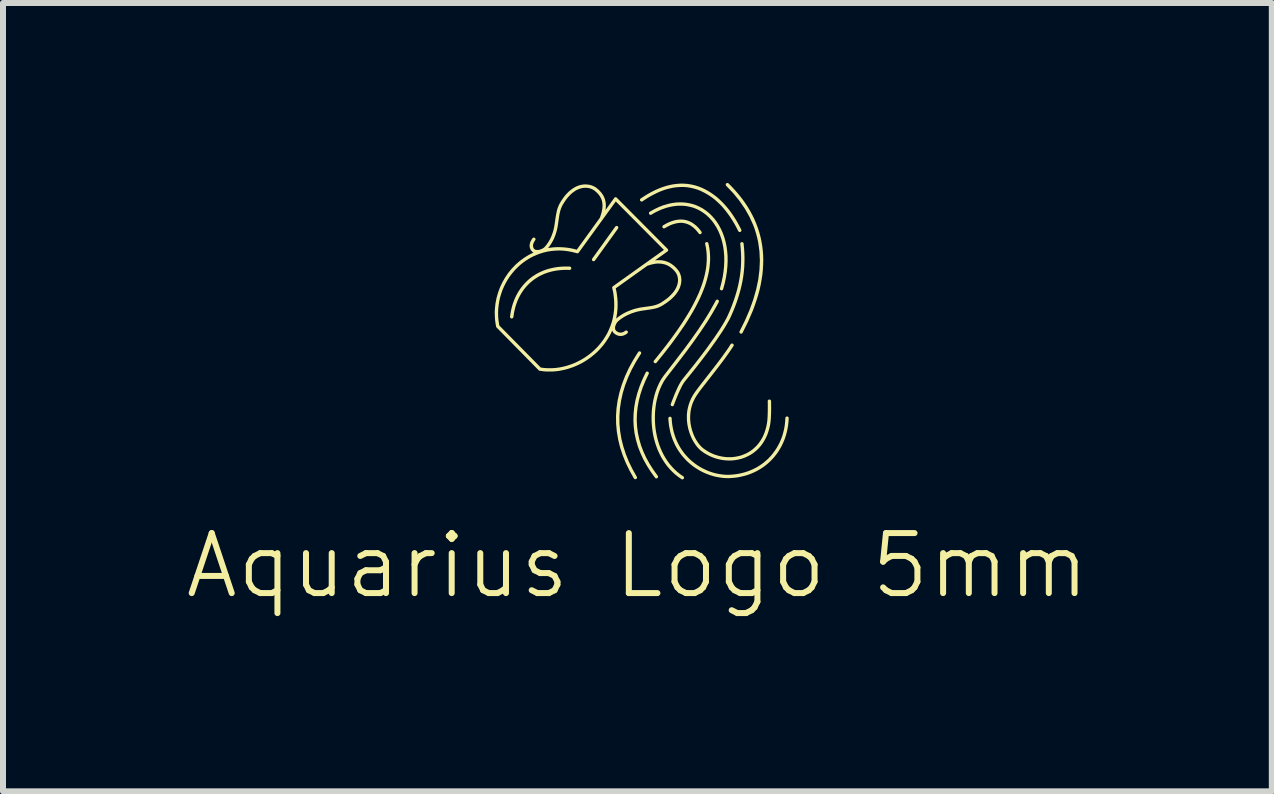
<source format=kicad_pcb>
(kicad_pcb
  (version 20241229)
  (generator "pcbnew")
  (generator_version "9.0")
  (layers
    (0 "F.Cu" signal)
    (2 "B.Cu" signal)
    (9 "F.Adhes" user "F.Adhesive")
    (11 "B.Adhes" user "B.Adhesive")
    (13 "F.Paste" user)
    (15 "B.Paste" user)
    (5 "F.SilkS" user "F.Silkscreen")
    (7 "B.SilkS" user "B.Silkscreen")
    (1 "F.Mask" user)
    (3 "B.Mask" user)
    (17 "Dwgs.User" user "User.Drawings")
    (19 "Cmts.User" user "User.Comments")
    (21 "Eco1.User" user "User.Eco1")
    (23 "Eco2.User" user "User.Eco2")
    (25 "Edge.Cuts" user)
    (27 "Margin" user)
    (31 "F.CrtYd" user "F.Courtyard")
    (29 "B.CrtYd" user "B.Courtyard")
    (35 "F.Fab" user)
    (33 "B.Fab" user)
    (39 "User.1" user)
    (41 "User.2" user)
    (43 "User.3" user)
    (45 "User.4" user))
  (footprint "Aquarius Logo 5mm"
    (layer "F.Cu")
    (at 7.574 5.188)
    (property "Reference" "Aquarius Logo 5mm" (at 0 1.19 0) (unlocked yes) (layer "F.SilkS") (effects (font (size 1 1) (thickness 0.1))))
    (fp_poly (pts (xy -0.345 -4.473) (xy -0.344 -4.472) (xy -0.342 -4.472) (xy -0.341 -4.472) (xy -0.34 -4.472) (xy -0.338 -4.472) (xy -0.337 -4.471) (xy -0.336 -4.471) (xy -0.335 -4.47) (xy -0.333 -4.47) (xy -0.332 -4.469) (xy -0.331 -4.468) (xy -0.33 -4.467) (xy -0.329 -4.466) (xy -0.327 -4.466) (xy -0.326 -4.465) (xy -0.325 -4.464) (xy -0.325 -4.463) (xy -0.324 -4.461) (xy -0.323 -4.46) (xy -0.322 -4.459) (xy -0.321 -4.458) (xy -0.321 -4.457) (xy -0.32 -4.456) (xy -0.32 -4.454) (xy -0.319 -4.453) (xy -0.319 -4.452) (xy -0.319 -4.45) (xy -0.318 -4.449) (xy -0.318 -4.448) (xy -0.318 -4.446) (xy -0.318 -4.445) (xy -0.318 -4.444) (xy -0.318 -4.442) (xy -0.318 -4.441) (xy -0.319 -4.44) (xy -0.319 -4.438) (xy -0.319 -4.437) (xy -0.32 -4.436) (xy -0.32 -4.434) (xy -0.321 -4.433) (xy -0.321 -4.432) (xy -0.322 -4.431) (xy -0.323 -4.429) (xy -0.323 -4.428) (xy -0.707 -3.896) (xy -0.708 -3.895) (xy -0.709 -3.894) (xy -0.71 -3.892) (xy -0.711 -3.892) (xy -0.712 -3.891) (xy -0.713 -3.89) (xy -0.714 -3.889) (xy -0.715 -3.888) (xy -0.717 -3.888) (xy -0.718 -3.887) (xy -0.719 -3.886) (xy -0.72 -3.886) (xy -0.722 -3.885) (xy -0.723 -3.885) (xy -0.724 -3.885) (xy -0.725 -3.884) (xy -0.727 -3.884) (xy -0.728 -3.884) (xy -0.729 -3.884) (xy -0.731 -3.884) (xy -0.732 -3.884) (xy -0.734 -3.884) (xy -0.735 -3.885) (xy -0.736 -3.885) (xy -0.738 -3.885) (xy -0.739 -3.886) (xy -0.74 -3.886) (xy -0.741 -3.887) (xy -0.743 -3.887) (xy -0.744 -3.888) (xy -0.745 -3.889) (xy -0.746 -3.889) (xy -0.747 -3.89) (xy -0.749 -3.891) (xy -0.75 -3.892) (xy -0.751 -3.893) (xy -0.751 -3.894) (xy -0.752 -3.895) (xy -0.753 -3.896) (xy -0.754 -3.898) (xy -0.755 -3.899) (xy -0.755 -3.9) (xy -0.756 -3.901) (xy -0.756 -3.902) (xy -0.757 -3.904) (xy -0.757 -3.905) (xy -0.757 -3.906) (xy -0.758 -3.908) (xy -0.758 -3.909) (xy -0.758 -3.91) (xy -0.758 -3.912) (xy -0.758 -3.913) (xy -0.758 -3.914) (xy -0.758 -3.916) (xy -0.757 -3.917) (xy -0.757 -3.918) (xy -0.757 -3.92) (xy -0.756 -3.921) (xy -0.756 -3.922) (xy -0.755 -3.924) (xy -0.755 -3.925) (xy -0.754 -3.926) (xy -0.753 -3.927) (xy -0.753 -3.928) (xy -0.369 -4.461) (xy -0.368 -4.462) (xy -0.367 -4.463) (xy -0.366 -4.464) (xy -0.365 -4.465) (xy -0.364 -4.466) (xy -0.363 -4.467) (xy -0.362 -4.468) (xy -0.361 -4.469) (xy -0.359 -4.469) (xy -0.358 -4.47) (xy -0.357 -4.47) (xy -0.356 -4.471) (xy -0.354 -4.471) (xy -0.353 -4.472) (xy -0.352 -4.472) (xy -0.351 -4.472) (xy -0.349 -4.472) (xy -0.348 -4.473) (xy -0.347 -4.473)) (stroke (width -0.000001) (type solid)) (fill yes) (layer "F.SilkS"))
    (fp_poly (pts (xy 0.036 -2.382) (xy 0.037 -2.382) (xy 0.039 -2.382) (xy 0.04 -2.382) (xy 0.042 -2.382) (xy 0.043 -2.381) (xy 0.044 -2.381) (xy 0.045 -2.38) (xy 0.047 -2.38) (xy 0.048 -2.379) (xy 0.049 -2.378) (xy 0.05 -2.378) (xy 0.052 -2.377) (xy 0.053 -2.376) (xy 0.054 -2.375) (xy 0.055 -2.374) (xy 0.056 -2.373) (xy 0.057 -2.372) (xy 0.058 -2.371) (xy 0.058 -2.37) (xy 0.059 -2.369) (xy 0.06 -2.368) (xy 0.06 -2.366) (xy 0.061 -2.365) (xy 0.061 -2.364) (xy 0.062 -2.363) (xy 0.062 -2.361) (xy 0.062 -2.36) (xy 0.063 -2.359) (xy 0.063 -2.357) (xy 0.063 -2.356) (xy 0.063 -2.355) (xy 0.063 -2.353) (xy 0.063 -2.352) (xy 0.063 -2.351) (xy 0.063 -2.349) (xy 0.062 -2.348) (xy 0.062 -2.347) (xy 0.061 -2.345) (xy 0.061 -2.344) (xy 0.06 -2.343) (xy 0.06 -2.341) (xy 0.059 -2.34) (xy 0.058 -2.339) (xy -0.023 -2.208) (xy -0.094 -2.078) (xy -0.154 -1.948) (xy -0.204 -1.818) (xy -0.243 -1.689) (xy -0.272 -1.56) (xy -0.291 -1.431) (xy -0.3 -1.303) (xy -0.299 -1.176) (xy -0.287 -1.048) (xy -0.266 -0.922) (xy -0.234 -0.795) (xy -0.193 -0.669) (xy -0.142 -0.543) (xy -0.081 -0.418) (xy -0.011 -0.293) (xy -0.01 -0.292) (xy -0.01 -0.291) (xy -0.009 -0.289) (xy -0.009 -0.288) (xy -0.008 -0.287) (xy -0.008 -0.285) (xy -0.008 -0.284) (xy -0.007 -0.283) (xy -0.007 -0.281) (xy -0.007 -0.28) (xy -0.007 -0.279) (xy -0.007 -0.277) (xy -0.007 -0.276) (xy -0.007 -0.275) (xy -0.008 -0.273) (xy -0.008 -0.272) (xy -0.008 -0.271) (xy -0.009 -0.269) (xy -0.009 -0.268) (xy -0.01 -0.267) (xy -0.01 -0.266) (xy -0.011 -0.264) (xy -0.012 -0.263) (xy -0.012 -0.262) (xy -0.013 -0.261) (xy -0.014 -0.26) (xy -0.015 -0.259) (xy -0.016 -0.258) (xy -0.017 -0.257) (xy -0.018 -0.256) (xy -0.019 -0.255) (xy -0.021 -0.255) (xy -0.022 -0.254) (xy -0.023 -0.253) (xy -0.024 -0.253) (xy -0.026 -0.252) (xy -0.027 -0.252) (xy -0.028 -0.251) (xy -0.03 -0.251) (xy -0.031 -0.251) (xy -0.032 -0.251) (xy -0.034 -0.251) (xy -0.035 -0.251) (xy -0.036 -0.251) (xy -0.038 -0.251) (xy -0.039 -0.251) (xy -0.04 -0.251) (xy -0.042 -0.251) (xy -0.043 -0.252) (xy -0.044 -0.252) (xy -0.046 -0.253) (xy -0.047 -0.253) (xy -0.048 -0.254) (xy -0.049 -0.255) (xy -0.05 -0.255) (xy -0.051 -0.256) (xy -0.053 -0.257) (xy -0.054 -0.258) (xy -0.055 -0.259) (xy -0.056 -0.26) (xy -0.056 -0.261) (xy -0.057 -0.262) (xy -0.058 -0.263) (xy -0.059 -0.264) (xy -0.131 -0.393) (xy -0.194 -0.522) (xy -0.246 -0.651) (xy -0.289 -0.781) (xy -0.321 -0.911) (xy -0.343 -1.042) (xy -0.355 -1.173) (xy -0.357 -1.304) (xy -0.348 -1.436) (xy -0.329 -1.568) (xy -0.299 -1.701) (xy -0.258 -1.834) (xy -0.207 -1.967) (xy -0.145 -2.101) (xy -0.072 -2.235) (xy 0.012 -2.37) (xy 0.013 -2.371) (xy 0.013 -2.372) (xy 0.014 -2.373) (xy 0.015 -2.374) (xy 0.016 -2.375) (xy 0.017 -2.376) (xy 0.018 -2.377) (xy 0.02 -2.378) (xy 0.021 -2.378) (xy 0.022 -2.379) (xy 0.023 -2.38) (xy 0.024 -2.38) (xy 0.026 -2.381) (xy 0.027 -2.381) (xy 0.028 -2.381) (xy 0.029 -2.382) (xy 0.031 -2.382) (xy 0.032 -2.382) (xy 0.033 -2.382) (xy 0.035 -2.382)) (stroke (width -0.000001) (type solid)) (fill yes) (layer "F.SilkS"))
    (fp_poly (pts (xy 0.164 -2.045) (xy 0.165 -2.045) (xy 0.167 -2.045) (xy 0.168 -2.045) (xy 0.169 -2.045) (xy 0.171 -2.044) (xy 0.172 -2.044) (xy 0.173 -2.044) (xy 0.175 -2.043) (xy 0.176 -2.042) (xy 0.177 -2.042) (xy 0.178 -2.041) (xy 0.18 -2.04) (xy 0.181 -2.039) (xy 0.182 -2.038) (xy 0.183 -2.037) (xy 0.184 -2.036) (xy 0.185 -2.035) (xy 0.185 -2.034) (xy 0.186 -2.033) (xy 0.187 -2.032) (xy 0.188 -2.031) (xy 0.188 -2.03) (xy 0.189 -2.029) (xy 0.189 -2.027) (xy 0.19 -2.026) (xy 0.19 -2.025) (xy 0.19 -2.023) (xy 0.191 -2.022) (xy 0.191 -2.021) (xy 0.191 -2.019) (xy 0.191 -2.018) (xy 0.191 -2.017) (xy 0.191 -2.015) (xy 0.191 -2.014) (xy 0.191 -2.013) (xy 0.19 -2.011) (xy 0.19 -2.01) (xy 0.19 -2.009) (xy 0.189 -2.007) (xy 0.189 -2.006) (xy 0.188 -2.005) (xy 0.134 -1.891) (xy 0.088 -1.779) (xy 0.051 -1.667) (xy 0.023 -1.557) (xy 0.003 -1.447) (xy -0.008 -1.339) (xy -0.011 -1.231) (xy -0.005 -1.125) (xy 0.009 -1.019) (xy 0.032 -0.915) (xy 0.062 -0.812) (xy 0.101 -0.709) (xy 0.148 -0.608) (xy 0.204 -0.507) (xy 0.267 -0.408) (xy 0.338 -0.309) (xy 0.339 -0.308) (xy 0.34 -0.307) (xy 0.341 -0.305) (xy 0.341 -0.304) (xy 0.342 -0.303) (xy 0.342 -0.302) (xy 0.343 -0.3) (xy 0.343 -0.299) (xy 0.344 -0.298) (xy 0.344 -0.296) (xy 0.344 -0.295) (xy 0.344 -0.294) (xy 0.344 -0.292) (xy 0.344 -0.291) (xy 0.344 -0.29) (xy 0.344 -0.288) (xy 0.344 -0.287) (xy 0.343 -0.286) (xy 0.343 -0.284) (xy 0.343 -0.283) (xy 0.342 -0.282) (xy 0.342 -0.281) (xy 0.341 -0.279) (xy 0.34 -0.278) (xy 0.34 -0.277) (xy 0.339 -0.276) (xy 0.338 -0.275) (xy 0.337 -0.274) (xy 0.336 -0.273) (xy 0.335 -0.272) (xy 0.334 -0.271) (xy 0.333 -0.27) (xy 0.332 -0.269) (xy 0.331 -0.268) (xy 0.33 -0.267) (xy 0.328 -0.267) (xy 0.327 -0.266) (xy 0.326 -0.266) (xy 0.324 -0.265) (xy 0.323 -0.265) (xy 0.322 -0.265) (xy 0.321 -0.264) (xy 0.319 -0.264) (xy 0.318 -0.264) (xy 0.317 -0.264) (xy 0.315 -0.264) (xy 0.314 -0.264) (xy 0.312 -0.264) (xy 0.311 -0.264) (xy 0.31 -0.265) (xy 0.309 -0.265) (xy 0.307 -0.265) (xy 0.306 -0.266) (xy 0.305 -0.266) (xy 0.304 -0.267) (xy 0.302 -0.268) (xy 0.301 -0.268) (xy 0.3 -0.269) (xy 0.299 -0.27) (xy 0.298 -0.271) (xy 0.297 -0.272) (xy 0.296 -0.273) (xy 0.295 -0.274) (xy 0.294 -0.275) (xy 0.22 -0.377) (xy 0.155 -0.48) (xy 0.097 -0.584) (xy 0.049 -0.689) (xy 0.008 -0.795) (xy -0.023 -0.902) (xy -0.047 -1.01) (xy -0.061 -1.12) (xy -0.067 -1.23) (xy -0.064 -1.341) (xy -0.053 -1.453) (xy -0.033 -1.566) (xy -0.003 -1.681) (xy 0.035 -1.796) (xy 0.082 -1.913) (xy 0.138 -2.03) (xy 0.139 -2.032) (xy 0.14 -2.033) (xy 0.14 -2.034) (xy 0.141 -2.035) (xy 0.142 -2.036) (xy 0.143 -2.037) (xy 0.144 -2.038) (xy 0.145 -2.039) (xy 0.146 -2.04) (xy 0.147 -2.041) (xy 0.148 -2.041) (xy 0.15 -2.042) (xy 0.151 -2.043) (xy 0.152 -2.043) (xy 0.153 -2.044) (xy 0.155 -2.044) (xy 0.156 -2.044) (xy 0.157 -2.045) (xy 0.159 -2.045) (xy 0.16 -2.045) (xy 0.161 -2.045) (xy 0.163 -2.045)) (stroke (width -0.000001) (type solid)) (fill yes) (layer "F.SilkS"))
    (fp_poly (pts (xy 1.501 -5.188) (xy 1.502 -5.188) (xy 1.504 -5.188) (xy 1.505 -5.188) (xy 1.506 -5.187) (xy 1.508 -5.187) (xy 1.509 -5.187) (xy 1.51 -5.186) (xy 1.511 -5.186) (xy 1.513 -5.185) (xy 1.514 -5.184) (xy 1.515 -5.184) (xy 1.516 -5.183) (xy 1.517 -5.182) (xy 1.518 -5.181) (xy 1.52 -5.18) (xy 1.582 -5.117) (xy 1.64 -5.053) (xy 1.695 -4.989) (xy 1.747 -4.923) (xy 1.795 -4.856) (xy 1.839 -4.789) (xy 1.88 -4.72) (xy 1.918 -4.65) (xy 1.952 -4.58) (xy 1.982 -4.508) (xy 2.009 -4.436) (xy 2.032 -4.363) (xy 2.052 -4.288) (xy 2.068 -4.213) (xy 2.081 -4.137) (xy 2.09 -4.059) (xy 2.096 -3.981) (xy 2.098 -3.902) (xy 2.096 -3.822) (xy 2.091 -3.741) (xy 2.083 -3.659) (xy 2.07 -3.575) (xy 2.055 -3.491) (xy 2.036 -3.406) (xy 2.013 -3.321) (xy 1.986 -3.234) (xy 1.956 -3.146) (xy 1.923 -3.057) (xy 1.845 -2.876) (xy 1.753 -2.692) (xy 1.752 -2.69) (xy 1.751 -2.689) (xy 1.751 -2.688) (xy 1.75 -2.687) (xy 1.749 -2.686) (xy 1.748 -2.685) (xy 1.747 -2.684) (xy 1.746 -2.683) (xy 1.745 -2.682) (xy 1.744 -2.682) (xy 1.743 -2.681) (xy 1.741 -2.68) (xy 1.74 -2.68) (xy 1.739 -2.679) (xy 1.738 -2.679) (xy 1.736 -2.678) (xy 1.735 -2.678) (xy 1.734 -2.677) (xy 1.733 -2.677) (xy 1.731 -2.677) (xy 1.73 -2.677) (xy 1.729 -2.677) (xy 1.727 -2.677) (xy 1.726 -2.677) (xy 1.724 -2.677) (xy 1.723 -2.677) (xy 1.722 -2.678) (xy 1.72 -2.678) (xy 1.719 -2.678) (xy 1.718 -2.679) (xy 1.716 -2.68) (xy 1.715 -2.68) (xy 1.714 -2.681) (xy 1.713 -2.682) (xy 1.712 -2.682) (xy 1.71 -2.683) (xy 1.709 -2.684) (xy 1.708 -2.685) (xy 1.707 -2.686) (xy 1.707 -2.687) (xy 1.706 -2.688) (xy 1.705 -2.689) (xy 1.704 -2.691) (xy 1.704 -2.692) (xy 1.703 -2.693) (xy 1.702 -2.694) (xy 1.702 -2.695) (xy 1.702 -2.697) (xy 1.701 -2.698) (xy 1.701 -2.699) (xy 1.701 -2.701) (xy 1.7 -2.702) (xy 1.7 -2.703) (xy 1.7 -2.705) (xy 1.7 -2.706) (xy 1.7 -2.707) (xy 1.701 -2.709) (xy 1.701 -2.71) (xy 1.701 -2.711) (xy 1.701 -2.713) (xy 1.702 -2.714) (xy 1.702 -2.715) (xy 1.703 -2.717) (xy 1.704 -2.718) (xy 1.793 -2.898) (xy 1.869 -3.073) (xy 1.931 -3.245) (xy 1.979 -3.414) (xy 2.014 -3.578) (xy 2.034 -3.739) (xy 2.041 -3.896) (xy 2.034 -4.049) (xy 2.013 -4.199) (xy 1.997 -4.272) (xy 1.978 -4.344) (xy 1.956 -4.416) (xy 1.93 -4.486) (xy 1.867 -4.625) (xy 1.791 -4.759) (xy 1.701 -4.89) (xy 1.598 -5.017) (xy 1.48 -5.14) (xy 1.479 -5.141) (xy 1.478 -5.142) (xy 1.478 -5.143) (xy 1.477 -5.144) (xy 1.476 -5.146) (xy 1.475 -5.147) (xy 1.475 -5.148) (xy 1.474 -5.149) (xy 1.474 -5.151) (xy 1.473 -5.152) (xy 1.473 -5.153) (xy 1.473 -5.154) (xy 1.472 -5.156) (xy 1.472 -5.157) (xy 1.472 -5.158) (xy 1.472 -5.16) (xy 1.472 -5.161) (xy 1.472 -5.162) (xy 1.472 -5.164) (xy 1.472 -5.165) (xy 1.473 -5.166) (xy 1.473 -5.168) (xy 1.473 -5.169) (xy 1.474 -5.17) (xy 1.474 -5.172) (xy 1.475 -5.173) (xy 1.476 -5.174) (xy 1.476 -5.175) (xy 1.477 -5.176) (xy 1.478 -5.177) (xy 1.479 -5.179) (xy 1.48 -5.18) (xy 1.481 -5.181) (xy 1.482 -5.182) (xy 1.483 -5.182) (xy 1.484 -5.183) (xy 1.485 -5.184) (xy 1.487 -5.185) (xy 1.488 -5.185) (xy 1.489 -5.186) (xy 1.49 -5.186) (xy 1.492 -5.187) (xy 1.493 -5.187) (xy 1.494 -5.187) (xy 1.496 -5.188) (xy 1.497 -5.188) (xy 1.498 -5.188) (xy 1.5 -5.188)) (stroke (width -0.000001) (type solid)) (fill yes) (layer "F.SilkS"))
    (fp_poly (pts (xy 1.158 -4.203) (xy 1.159 -4.203) (xy 1.161 -4.203) (xy 1.162 -4.203) (xy 1.163 -4.203) (xy 1.165 -4.202) (xy 1.166 -4.202) (xy 1.167 -4.201) (xy 1.168 -4.201) (xy 1.17 -4.2) (xy 1.171 -4.199) (xy 1.172 -4.199) (xy 1.173 -4.198) (xy 1.174 -4.197) (xy 1.175 -4.196) (xy 1.176 -4.195) (xy 1.177 -4.194) (xy 1.178 -4.193) (xy 1.179 -4.192) (xy 1.179 -4.191) (xy 1.18 -4.19) (xy 1.181 -4.189) (xy 1.181 -4.187) (xy 1.182 -4.186) (xy 1.182 -4.185) (xy 1.183 -4.183) (xy 1.183 -4.182) (xy 1.193 -4.136) (xy 1.201 -4.09) (xy 1.207 -4.044) (xy 1.21 -3.997) (xy 1.212 -3.95) (xy 1.212 -3.903) (xy 1.209 -3.855) (xy 1.205 -3.807) (xy 1.199 -3.759) (xy 1.191 -3.711) (xy 1.181 -3.663) (xy 1.169 -3.614) (xy 1.156 -3.565) (xy 1.141 -3.515) (xy 1.125 -3.466) (xy 1.106 -3.416) (xy 1.077 -3.343) (xy 1.044 -3.268) (xy 1.008 -3.194) (xy 0.969 -3.119) (xy 0.927 -3.043) (xy 0.882 -2.968) (xy 0.835 -2.891) (xy 0.786 -2.815) (xy 0.68 -2.661) (xy 0.567 -2.506) (xy 0.446 -2.35) (xy 0.32 -2.194) (xy 0.319 -2.193) (xy 0.318 -2.192) (xy 0.317 -2.191) (xy 0.316 -2.19) (xy 0.315 -2.189) (xy 0.314 -2.188) (xy 0.313 -2.187) (xy 0.311 -2.187) (xy 0.31 -2.186) (xy 0.309 -2.186) (xy 0.308 -2.185) (xy 0.306 -2.185) (xy 0.305 -2.184) (xy 0.304 -2.184) (xy 0.303 -2.184) (xy 0.301 -2.184) (xy 0.3 -2.184) (xy 0.298 -2.184) (xy 0.297 -2.184) (xy 0.296 -2.184) (xy 0.294 -2.184) (xy 0.293 -2.184) (xy 0.292 -2.184) (xy 0.29 -2.185) (xy 0.289 -2.185) (xy 0.288 -2.186) (xy 0.287 -2.186) (xy 0.285 -2.187) (xy 0.284 -2.187) (xy 0.283 -2.188) (xy 0.282 -2.189) (xy 0.281 -2.19) (xy 0.28 -2.191) (xy 0.279 -2.192) (xy 0.278 -2.193) (xy 0.277 -2.194) (xy 0.276 -2.195) (xy 0.275 -2.196) (xy 0.274 -2.197) (xy 0.274 -2.198) (xy 0.273 -2.2) (xy 0.273 -2.201) (xy 0.272 -2.202) (xy 0.272 -2.203) (xy 0.271 -2.205) (xy 0.271 -2.206) (xy 0.271 -2.207) (xy 0.271 -2.209) (xy 0.27 -2.21) (xy 0.27 -2.211) (xy 0.27 -2.213) (xy 0.271 -2.214) (xy 0.271 -2.215) (xy 0.271 -2.217) (xy 0.271 -2.218) (xy 0.272 -2.219) (xy 0.272 -2.221) (xy 0.272 -2.222) (xy 0.273 -2.223) (xy 0.274 -2.225) (xy 0.274 -2.226) (xy 0.275 -2.227) (xy 0.276 -2.228) (xy 0.277 -2.229) (xy 0.381 -2.358) (xy 0.482 -2.487) (xy 0.578 -2.615) (xy 0.669 -2.742) (xy 0.754 -2.868) (xy 0.833 -2.994) (xy 0.87 -3.056) (xy 0.905 -3.119) (xy 0.938 -3.181) (xy 0.969 -3.242) (xy 0.998 -3.303) (xy 1.025 -3.363) (xy 1.049 -3.423) (xy 1.071 -3.482) (xy 1.091 -3.542) (xy 1.108 -3.601) (xy 1.123 -3.659) (xy 1.135 -3.717) (xy 1.145 -3.775) (xy 1.151 -3.833) (xy 1.155 -3.89) (xy 1.156 -3.946) (xy 1.154 -4.003) (xy 1.149 -4.058) (xy 1.141 -4.114) (xy 1.129 -4.169) (xy 1.129 -4.17) (xy 1.128 -4.172) (xy 1.128 -4.173) (xy 1.128 -4.175) (xy 1.128 -4.176) (xy 1.128 -4.177) (xy 1.128 -4.179) (xy 1.129 -4.18) (xy 1.129 -4.181) (xy 1.129 -4.183) (xy 1.129 -4.184) (xy 1.13 -4.185) (xy 1.13 -4.186) (xy 1.131 -4.188) (xy 1.132 -4.189) (xy 1.132 -4.19) (xy 1.133 -4.191) (xy 1.134 -4.192) (xy 1.135 -4.193) (xy 1.135 -4.194) (xy 1.136 -4.195) (xy 1.137 -4.196) (xy 1.138 -4.197) (xy 1.139 -4.198) (xy 1.141 -4.199) (xy 1.142 -4.2) (xy 1.143 -4.2) (xy 1.144 -4.201) (xy 1.145 -4.201) (xy 1.147 -4.202) (xy 1.148 -4.202) (xy 1.15 -4.203) (xy 1.151 -4.203) (xy 1.152 -4.203) (xy 1.154 -4.203) (xy 1.155 -4.203) (xy 1.157 -4.203)) (stroke (width -0.000001) (type solid)) (fill yes) (layer "F.SilkS"))
    (fp_poly (pts (xy -1.129 -3.795) (xy -1.127 -3.795) (xy -1.126 -3.794) (xy -1.125 -3.794) (xy -1.123 -3.794) (xy -1.122 -3.794) (xy -1.121 -3.793) (xy -1.119 -3.793) (xy -1.118 -3.792) (xy -1.117 -3.791) (xy -1.116 -3.791) (xy -1.114 -3.79) (xy -1.113 -3.789) (xy -1.112 -3.788) (xy -1.111 -3.788) (xy -1.11 -3.787) (xy -1.109 -3.786) (xy -1.109 -3.785) (xy -1.108 -3.784) (xy -1.107 -3.782) (xy -1.106 -3.781) (xy -1.105 -3.78) (xy -1.105 -3.779) (xy -1.104 -3.778) (xy -1.104 -3.776) (xy -1.103 -3.775) (xy -1.103 -3.774) (xy -1.103 -3.772) (xy -1.102 -3.771) (xy -1.102 -3.77) (xy -1.102 -3.768) (xy -1.102 -3.767) (xy -1.102 -3.765) (xy -1.102 -3.764) (xy -1.102 -3.763) (xy -1.103 -3.761) (xy -1.103 -3.76) (xy -1.103 -3.759) (xy -1.104 -3.757) (xy -1.104 -3.756) (xy -1.105 -3.755) (xy -1.105 -3.753) (xy -1.106 -3.752) (xy -1.107 -3.751) (xy -1.108 -3.75) (xy -1.108 -3.749) (xy -1.109 -3.748) (xy -1.11 -3.747) (xy -1.111 -3.746) (xy -1.112 -3.745) (xy -1.113 -3.744) (xy -1.114 -3.744) (xy -1.116 -3.743) (xy -1.117 -3.742) (xy -1.118 -3.742) (xy -1.119 -3.741) (xy -1.12 -3.741) (xy -1.122 -3.74) (xy -1.123 -3.74) (xy -1.124 -3.739) (xy -1.126 -3.739) (xy -1.127 -3.739) (xy -1.128 -3.739) (xy -1.13 -3.739) (xy -1.131 -3.739) (xy -1.182 -3.74) (xy -1.232 -3.739) (xy -1.28 -3.736) (xy -1.327 -3.731) (xy -1.373 -3.724) (xy -1.417 -3.715) (xy -1.46 -3.704) (xy -1.502 -3.691) (xy -1.542 -3.677) (xy -1.581 -3.66) (xy -1.619 -3.642) (xy -1.655 -3.623) (xy -1.689 -3.601) (xy -1.723 -3.578) (xy -1.755 -3.554) (xy -1.785 -3.528) (xy -1.814 -3.501) (xy -1.842 -3.472) (xy -1.868 -3.442) (xy -1.893 -3.411) (xy -1.916 -3.378) (xy -1.937 -3.345) (xy -1.957 -3.31) (xy -1.976 -3.274) (xy -1.993 -3.237) (xy -2.008 -3.199) (xy -2.022 -3.16) (xy -2.034 -3.121) (xy -2.054 -3.039) (xy -2.067 -2.954) (xy -2.068 -2.953) (xy -2.068 -2.952) (xy -2.068 -2.95) (xy -2.069 -2.949) (xy -2.069 -2.948) (xy -2.07 -2.946) (xy -2.07 -2.945) (xy -2.071 -2.944) (xy -2.072 -2.943) (xy -2.072 -2.942) (xy -2.073 -2.94) (xy -2.074 -2.939) (xy -2.075 -2.938) (xy -2.076 -2.937) (xy -2.077 -2.937) (xy -2.078 -2.936) (xy -2.079 -2.935) (xy -2.08 -2.934) (xy -2.081 -2.933) (xy -2.082 -2.933) (xy -2.084 -2.932) (xy -2.085 -2.932) (xy -2.086 -2.931) (xy -2.087 -2.931) (xy -2.089 -2.93) (xy -2.09 -2.93) (xy -2.091 -2.93) (xy -2.093 -2.93) (xy -2.094 -2.93) (xy -2.096 -2.93) (xy -2.097 -2.93) (xy -2.099 -2.93) (xy -2.1 -2.93) (xy -2.101 -2.93) (xy -2.103 -2.931) (xy -2.104 -2.931) (xy -2.105 -2.931) (xy -2.107 -2.932) (xy -2.108 -2.933) (xy -2.109 -2.933) (xy -2.11 -2.934) (xy -2.111 -2.935) (xy -2.112 -2.936) (xy -2.113 -2.936) (xy -2.114 -2.937) (xy -2.115 -2.938) (xy -2.116 -2.939) (xy -2.117 -2.94) (xy -2.118 -2.941) (xy -2.119 -2.942) (xy -2.119 -2.944) (xy -2.12 -2.945) (xy -2.121 -2.946) (xy -2.121 -2.947) (xy -2.122 -2.948) (xy -2.122 -2.95) (xy -2.122 -2.951) (xy -2.123 -2.952) (xy -2.123 -2.954) (xy -2.123 -2.955) (xy -2.123 -2.957) (xy -2.123 -2.958) (xy -2.123 -2.959) (xy -2.123 -2.961) (xy -2.117 -3.006) (xy -2.109 -3.051) (xy -2.099 -3.095) (xy -2.088 -3.138) (xy -2.075 -3.18) (xy -2.06 -3.221) (xy -2.044 -3.261) (xy -2.026 -3.3) (xy -2.006 -3.339) (xy -1.985 -3.376) (xy -1.962 -3.411) (xy -1.937 -3.446) (xy -1.911 -3.479) (xy -1.883 -3.511) (xy -1.854 -3.541) (xy -1.823 -3.571) (xy -1.791 -3.598) (xy -1.757 -3.624) (xy -1.722 -3.648) (xy -1.685 -3.671) (xy -1.646 -3.692) (xy -1.606 -3.711) (xy -1.565 -3.729) (xy -1.522 -3.744) (xy -1.478 -3.758) (xy -1.432 -3.769) (xy -1.385 -3.779) (xy -1.337 -3.787) (xy -1.287 -3.792) (xy -1.235 -3.795) (xy -1.183 -3.796)) (stroke (width -0.000001) (type solid)) (fill yes) (layer "F.SilkS"))
    (fp_poly (pts (xy 0.736 -4.579) (xy 0.756 -4.578) (xy 0.776 -4.576) (xy 0.796 -4.572) (xy 0.816 -4.568) (xy 0.835 -4.562) (xy 0.854 -4.555) (xy 0.874 -4.547) (xy 0.892 -4.538) (xy 0.911 -4.528) (xy 0.929 -4.516) (xy 0.947 -4.503) (xy 0.965 -4.489) (xy 0.983 -4.474) (xy 1 -4.458) (xy 1.017 -4.44) (xy 1.034 -4.421) (xy 1.05 -4.401) (xy 1.066 -4.379) (xy 1.067 -4.378) (xy 1.068 -4.377) (xy 1.069 -4.376) (xy 1.069 -4.374) (xy 1.07 -4.373) (xy 1.07 -4.372) (xy 1.071 -4.371) (xy 1.071 -4.369) (xy 1.071 -4.368) (xy 1.071 -4.367) (xy 1.072 -4.365) (xy 1.072 -4.364) (xy 1.072 -4.363) (xy 1.072 -4.361) (xy 1.071 -4.36) (xy 1.071 -4.359) (xy 1.071 -4.357) (xy 1.071 -4.356) (xy 1.07 -4.355) (xy 1.07 -4.353) (xy 1.069 -4.352) (xy 1.069 -4.351) (xy 1.068 -4.35) (xy 1.068 -4.348) (xy 1.067 -4.347) (xy 1.066 -4.346) (xy 1.065 -4.345) (xy 1.064 -4.344) (xy 1.063 -4.343) (xy 1.062 -4.342) (xy 1.061 -4.341) (xy 1.06 -4.34) (xy 1.059 -4.339) (xy 1.058 -4.339) (xy 1.056 -4.338) (xy 1.055 -4.337) (xy 1.054 -4.337) (xy 1.053 -4.336) (xy 1.051 -4.336) (xy 1.05 -4.336) (xy 1.049 -4.335) (xy 1.047 -4.335) (xy 1.046 -4.335) (xy 1.045 -4.335) (xy 1.043 -4.335) (xy 1.042 -4.335) (xy 1.041 -4.335) (xy 1.039 -4.335) (xy 1.038 -4.336) (xy 1.037 -4.336) (xy 1.035 -4.336) (xy 1.034 -4.337) (xy 1.033 -4.337) (xy 1.032 -4.338) (xy 1.03 -4.338) (xy 1.029 -4.339) (xy 1.028 -4.34) (xy 1.027 -4.341) (xy 1.026 -4.341) (xy 1.025 -4.342) (xy 1.024 -4.343) (xy 1.023 -4.344) (xy 1.022 -4.345) (xy 1.021 -4.347) (xy 1.007 -4.365) (xy 0.992 -4.383) (xy 0.978 -4.4) (xy 0.963 -4.415) (xy 0.948 -4.43) (xy 0.933 -4.443) (xy 0.917 -4.456) (xy 0.902 -4.467) (xy 0.886 -4.478) (xy 0.87 -4.487) (xy 0.853 -4.495) (xy 0.837 -4.502) (xy 0.82 -4.508) (xy 0.803 -4.513) (xy 0.786 -4.517) (xy 0.768 -4.521) (xy 0.75 -4.523) (xy 0.732 -4.524) (xy 0.714 -4.524) (xy 0.695 -4.522) (xy 0.677 -4.52) (xy 0.658 -4.517) (xy 0.639 -4.513) (xy 0.62 -4.508) (xy 0.6 -4.502) (xy 0.58 -4.496) (xy 0.56 -4.488) (xy 0.54 -4.479) (xy 0.52 -4.469) (xy 0.5 -4.459) (xy 0.479 -4.447) (xy 0.458 -4.435) (xy 0.457 -4.434) (xy 0.456 -4.433) (xy 0.454 -4.433) (xy 0.453 -4.432) (xy 0.452 -4.432) (xy 0.45 -4.432) (xy 0.449 -4.431) (xy 0.448 -4.431) (xy 0.446 -4.431) (xy 0.445 -4.431) (xy 0.444 -4.431) (xy 0.442 -4.431) (xy 0.441 -4.431) (xy 0.44 -4.431) (xy 0.438 -4.431) (xy 0.437 -4.431) (xy 0.436 -4.432) (xy 0.434 -4.432) (xy 0.433 -4.433) (xy 0.432 -4.433) (xy 0.431 -4.434) (xy 0.429 -4.434) (xy 0.428 -4.435) (xy 0.427 -4.436) (xy 0.426 -4.437) (xy 0.425 -4.438) (xy 0.424 -4.439) (xy 0.423 -4.44) (xy 0.422 -4.441) (xy 0.421 -4.442) (xy 0.42 -4.443) (xy 0.42 -4.444) (xy 0.419 -4.445) (xy 0.418 -4.447) (xy 0.418 -4.448) (xy 0.417 -4.449) (xy 0.417 -4.45) (xy 0.416 -4.452) (xy 0.416 -4.453) (xy 0.416 -4.454) (xy 0.416 -4.456) (xy 0.416 -4.457) (xy 0.416 -4.459) (xy 0.416 -4.46) (xy 0.416 -4.461) (xy 0.416 -4.463) (xy 0.416 -4.464) (xy 0.416 -4.465) (xy 0.417 -4.466) (xy 0.417 -4.468) (xy 0.418 -4.469) (xy 0.418 -4.47) (xy 0.419 -4.471) (xy 0.419 -4.473) (xy 0.42 -4.474) (xy 0.421 -4.475) (xy 0.422 -4.476) (xy 0.422 -4.477) (xy 0.423 -4.478) (xy 0.424 -4.479) (xy 0.425 -4.48) (xy 0.427 -4.481) (xy 0.428 -4.482) (xy 0.429 -4.483) (xy 0.452 -4.496) (xy 0.475 -4.509) (xy 0.498 -4.521) (xy 0.521 -4.532) (xy 0.543 -4.541) (xy 0.566 -4.55) (xy 0.588 -4.557) (xy 0.61 -4.564) (xy 0.631 -4.569) (xy 0.653 -4.573) (xy 0.674 -4.576) (xy 0.695 -4.578) (xy 0.715 -4.579)) (stroke (width -0.000001) (type solid)) (fill yes) (layer "F.SilkS"))
    (fp_poly (pts (xy 0.782 -5.177) (xy 0.84 -5.172) (xy 0.897 -5.163) (xy 0.954 -5.15) (xy 1.011 -5.133) (xy 1.011 -5.133) (xy 1.068 -5.111) (xy 1.124 -5.085) (xy 1.177 -5.056) (xy 1.229 -5.024) (xy 1.279 -4.989) (xy 1.328 -4.951) (xy 1.375 -4.909) (xy 1.42 -4.865) (xy 1.464 -4.818) (xy 1.507 -4.768) (xy 1.548 -4.715) (xy 1.587 -4.66) (xy 1.625 -4.602) (xy 1.662 -4.541) (xy 1.697 -4.477) (xy 1.731 -4.411) (xy 1.732 -4.41) (xy 1.732 -4.409) (xy 1.733 -4.407) (xy 1.733 -4.406) (xy 1.733 -4.405) (xy 1.733 -4.403) (xy 1.734 -4.402) (xy 1.734 -4.401) (xy 1.734 -4.399) (xy 1.734 -4.398) (xy 1.734 -4.396) (xy 1.734 -4.395) (xy 1.733 -4.394) (xy 1.733 -4.393) (xy 1.733 -4.391) (xy 1.732 -4.39) (xy 1.732 -4.389) (xy 1.731 -4.387) (xy 1.731 -4.386) (xy 1.73 -4.385) (xy 1.729 -4.384) (xy 1.729 -4.383) (xy 1.728 -4.382) (xy 1.727 -4.381) (xy 1.726 -4.38) (xy 1.725 -4.379) (xy 1.724 -4.378) (xy 1.723 -4.377) (xy 1.722 -4.376) (xy 1.721 -4.375) (xy 1.72 -4.374) (xy 1.718 -4.374) (xy 1.717 -4.373) (xy 1.716 -4.373) (xy 1.714 -4.372) (xy 1.713 -4.372) (xy 1.712 -4.371) (xy 1.71 -4.371) (xy 1.709 -4.371) (xy 1.708 -4.371) (xy 1.706 -4.371) (xy 1.705 -4.371) (xy 1.703 -4.371) (xy 1.702 -4.371) (xy 1.701 -4.371) (xy 1.699 -4.372) (xy 1.698 -4.372) (xy 1.697 -4.372) (xy 1.696 -4.373) (xy 1.694 -4.373) (xy 1.693 -4.374) (xy 1.692 -4.375) (xy 1.691 -4.375) (xy 1.69 -4.376) (xy 1.689 -4.377) (xy 1.688 -4.378) (xy 1.687 -4.379) (xy 1.686 -4.38) (xy 1.685 -4.381) (xy 1.684 -4.382) (xy 1.683 -4.383) (xy 1.682 -4.384) (xy 1.681 -4.385) (xy 1.681 -4.386) (xy 1.648 -4.45) (xy 1.615 -4.511) (xy 1.579 -4.569) (xy 1.543 -4.625) (xy 1.505 -4.678) (xy 1.466 -4.729) (xy 1.426 -4.777) (xy 1.384 -4.823) (xy 1.34 -4.865) (xy 1.296 -4.905) (xy 1.249 -4.942) (xy 1.201 -4.975) (xy 1.151 -5.006) (xy 1.1 -5.034) (xy 1.047 -5.059) (xy 0.993 -5.08) (xy 0.939 -5.096) (xy 0.885 -5.108) (xy 0.83 -5.117) (xy 0.776 -5.121) (xy 0.72 -5.121) (xy 0.665 -5.118) (xy 0.608 -5.111) (xy 0.552 -5.1) (xy 0.495 -5.086) (xy 0.438 -5.068) (xy 0.38 -5.046) (xy 0.322 -5.02) (xy 0.264 -4.991) (xy 0.205 -4.959) (xy 0.146 -4.923) (xy 0.087 -4.884) (xy 0.085 -4.883) (xy 0.084 -4.882) (xy 0.083 -4.881) (xy 0.082 -4.881) (xy 0.08 -4.88) (xy 0.079 -4.88) (xy 0.078 -4.879) (xy 0.076 -4.879) (xy 0.075 -4.879) (xy 0.074 -4.879) (xy 0.072 -4.879) (xy 0.071 -4.879) (xy 0.07 -4.879) (xy 0.068 -4.879) (xy 0.067 -4.879) (xy 0.066 -4.879) (xy 0.064 -4.879) (xy 0.063 -4.88) (xy 0.062 -4.88) (xy 0.061 -4.88) (xy 0.059 -4.881) (xy 0.058 -4.882) (xy 0.057 -4.882) (xy 0.056 -4.883) (xy 0.055 -4.884) (xy 0.054 -4.885) (xy 0.052 -4.885) (xy 0.051 -4.886) (xy 0.05 -4.887) (xy 0.05 -4.888) (xy 0.049 -4.889) (xy 0.048 -4.891) (xy 0.047 -4.892) (xy 0.046 -4.893) (xy 0.046 -4.894) (xy 0.045 -4.896) (xy 0.045 -4.897) (xy 0.044 -4.898) (xy 0.044 -4.9) (xy 0.043 -4.901) (xy 0.043 -4.902) (xy 0.043 -4.904) (xy 0.043 -4.905) (xy 0.043 -4.906) (xy 0.043 -4.908) (xy 0.043 -4.909) (xy 0.043 -4.91) (xy 0.043 -4.912) (xy 0.044 -4.913) (xy 0.044 -4.914) (xy 0.044 -4.915) (xy 0.045 -4.917) (xy 0.045 -4.918) (xy 0.046 -4.919) (xy 0.047 -4.92) (xy 0.047 -4.922) (xy 0.048 -4.923) (xy 0.049 -4.924) (xy 0.05 -4.925) (xy 0.051 -4.926) (xy 0.052 -4.927) (xy 0.053 -4.928) (xy 0.054 -4.929) (xy 0.055 -4.93) (xy 0.118 -4.971) (xy 0.18 -5.009) (xy 0.242 -5.043) (xy 0.303 -5.073) (xy 0.365 -5.1) (xy 0.425 -5.122) (xy 0.486 -5.141) (xy 0.546 -5.156) (xy 0.605 -5.167) (xy 0.665 -5.174) (xy 0.723 -5.178)) (stroke (width -0.000001) (type solid)) (fill yes) (layer "F.SilkS"))
    (fp_poly (pts (xy 1.743 -4.203) (xy 1.745 -4.202) (xy 1.746 -4.202) (xy 1.747 -4.202) (xy 1.749 -4.202) (xy 1.75 -4.201) (xy 1.751 -4.201) (xy 1.753 -4.201) (xy 1.754 -4.2) (xy 1.755 -4.199) (xy 1.756 -4.199) (xy 1.757 -4.198) (xy 1.759 -4.197) (xy 1.76 -4.197) (xy 1.761 -4.196) (xy 1.762 -4.195) (xy 1.763 -4.194) (xy 1.764 -4.193) (xy 1.764 -4.192) (xy 1.765 -4.191) (xy 1.766 -4.19) (xy 1.767 -4.188) (xy 1.767 -4.187) (xy 1.768 -4.186) (xy 1.768 -4.185) (xy 1.769 -4.183) (xy 1.769 -4.182) (xy 1.77 -4.181) (xy 1.77 -4.179) (xy 1.77 -4.178) (xy 1.778 -4.096) (xy 1.783 -4.016) (xy 1.785 -3.938) (xy 1.784 -3.861) (xy 1.781 -3.785) (xy 1.774 -3.709) (xy 1.765 -3.635) (xy 1.753 -3.562) (xy 1.738 -3.489) (xy 1.721 -3.416) (xy 1.701 -3.344) (xy 1.679 -3.272) (xy 1.655 -3.2) (xy 1.628 -3.127) (xy 1.599 -3.055) (xy 1.567 -2.981) (xy 1.539 -2.921) (xy 1.503 -2.856) (xy 1.462 -2.786) (xy 1.416 -2.713) (xy 1.313 -2.56) (xy 1.2 -2.403) (xy 1.085 -2.25) (xy 0.974 -2.107) (xy 0.792 -1.88) (xy 0.777 -1.86) (xy 0.762 -1.836) (xy 0.746 -1.809) (xy 0.731 -1.779) (xy 0.7 -1.714) (xy 0.671 -1.647) (xy 0.646 -1.586) (xy 0.626 -1.534) (xy 0.608 -1.486) (xy 0.608 -1.484) (xy 0.607 -1.483) (xy 0.607 -1.482) (xy 0.606 -1.48) (xy 0.605 -1.479) (xy 0.604 -1.478) (xy 0.604 -1.477) (xy 0.603 -1.476) (xy 0.602 -1.475) (xy 0.601 -1.474) (xy 0.6 -1.473) (xy 0.599 -1.472) (xy 0.598 -1.472) (xy 0.596 -1.471) (xy 0.595 -1.47) (xy 0.594 -1.47) (xy 0.593 -1.469) (xy 0.592 -1.469) (xy 0.59 -1.468) (xy 0.589 -1.468) (xy 0.588 -1.468) (xy 0.586 -1.467) (xy 0.585 -1.467) (xy 0.584 -1.467) (xy 0.582 -1.467) (xy 0.581 -1.467) (xy 0.58 -1.467) (xy 0.578 -1.467) (xy 0.577 -1.467) (xy 0.575 -1.468) (xy 0.574 -1.468) (xy 0.573 -1.469) (xy 0.571 -1.469) (xy 0.57 -1.47) (xy 0.569 -1.47) (xy 0.568 -1.471) (xy 0.566 -1.472) (xy 0.565 -1.473) (xy 0.564 -1.473) (xy 0.563 -1.474) (xy 0.562 -1.475) (xy 0.561 -1.476) (xy 0.56 -1.477) (xy 0.56 -1.478) (xy 0.559 -1.479) (xy 0.558 -1.481) (xy 0.557 -1.482) (xy 0.557 -1.483) (xy 0.556 -1.484) (xy 0.556 -1.485) (xy 0.555 -1.487) (xy 0.555 -1.488) (xy 0.555 -1.489) (xy 0.554 -1.491) (xy 0.554 -1.492) (xy 0.554 -1.493) (xy 0.554 -1.495) (xy 0.554 -1.496) (xy 0.554 -1.497) (xy 0.554 -1.499) (xy 0.555 -1.5) (xy 0.555 -1.502) (xy 0.555 -1.503) (xy 0.556 -1.504) (xy 0.575 -1.555) (xy 0.596 -1.608) (xy 0.622 -1.673) (xy 0.652 -1.742) (xy 0.668 -1.776) (xy 0.684 -1.81) (xy 0.701 -1.841) (xy 0.717 -1.869) (xy 0.733 -1.894) (xy 0.748 -1.915) (xy 0.929 -2.14) (xy 1.039 -2.281) (xy 1.153 -2.432) (xy 1.264 -2.587) (xy 1.317 -2.664) (xy 1.367 -2.739) (xy 1.412 -2.811) (xy 1.453 -2.88) (xy 1.488 -2.944) (xy 1.516 -3.004) (xy 1.547 -3.075) (xy 1.575 -3.146) (xy 1.601 -3.217) (xy 1.625 -3.288) (xy 1.647 -3.358) (xy 1.666 -3.428) (xy 1.683 -3.499) (xy 1.697 -3.57) (xy 1.709 -3.642) (xy 1.718 -3.714) (xy 1.725 -3.788) (xy 1.728 -3.862) (xy 1.729 -3.937) (xy 1.727 -4.014) (xy 1.722 -4.092) (xy 1.715 -4.171) (xy 1.714 -4.173) (xy 1.714 -4.174) (xy 1.714 -4.176) (xy 1.714 -4.177) (xy 1.715 -4.178) (xy 1.715 -4.18) (xy 1.715 -4.181) (xy 1.715 -4.182) (xy 1.716 -4.184) (xy 1.716 -4.185) (xy 1.717 -4.186) (xy 1.717 -4.187) (xy 1.718 -4.189) (xy 1.719 -4.19) (xy 1.72 -4.191) (xy 1.72 -4.192) (xy 1.721 -4.193) (xy 1.722 -4.194) (xy 1.723 -4.195) (xy 1.724 -4.196) (xy 1.725 -4.197) (xy 1.726 -4.198) (xy 1.727 -4.198) (xy 1.728 -4.199) (xy 1.73 -4.2) (xy 1.731 -4.2) (xy 1.732 -4.201) (xy 1.733 -4.201) (xy 1.735 -4.202) (xy 1.736 -4.202) (xy 1.738 -4.202) (xy 1.739 -4.202) (xy 1.74 -4.203) (xy 1.742 -4.203)) (stroke (width -0.000001) (type solid)) (fill yes) (layer "F.SilkS"))
    (fp_poly (pts (xy 0.783 -4.863) (xy 0.849 -4.854) (xy 0.912 -4.84) (xy 0.974 -4.82) (xy 1.033 -4.794) (xy 1.089 -4.764) (xy 1.142 -4.728) (xy 1.193 -4.688) (xy 1.24 -4.642) (xy 1.284 -4.593) (xy 1.324 -4.54) (xy 1.361 -4.482) (xy 1.394 -4.42) (xy 1.423 -4.354) (xy 1.448 -4.285) (xy 1.469 -4.212) (xy 1.485 -4.135) (xy 1.496 -4.056) (xy 1.503 -3.973) (xy 1.504 -3.887) (xy 1.5 -3.798) (xy 1.491 -3.707) (xy 1.476 -3.613) (xy 1.456 -3.517) (xy 1.429 -3.418) (xy 1.429 -3.417) (xy 1.428 -3.416) (xy 1.428 -3.414) (xy 1.427 -3.413) (xy 1.426 -3.412) (xy 1.426 -3.411) (xy 1.425 -3.41) (xy 1.424 -3.409) (xy 1.423 -3.408) (xy 1.422 -3.407) (xy 1.421 -3.406) (xy 1.42 -3.405) (xy 1.419 -3.404) (xy 1.418 -3.403) (xy 1.417 -3.403) (xy 1.416 -3.402) (xy 1.415 -3.401) (xy 1.413 -3.401) (xy 1.412 -3.4) (xy 1.411 -3.4) (xy 1.41 -3.399) (xy 1.408 -3.399) (xy 1.407 -3.399) (xy 1.406 -3.399) (xy 1.404 -3.399) (xy 1.403 -3.398) (xy 1.401 -3.398) (xy 1.4 -3.399) (xy 1.399 -3.399) (xy 1.397 -3.399) (xy 1.396 -3.399) (xy 1.394 -3.4) (xy 1.393 -3.4) (xy 1.392 -3.401) (xy 1.39 -3.401) (xy 1.389 -3.402) (xy 1.388 -3.402) (xy 1.387 -3.403) (xy 1.386 -3.404) (xy 1.385 -3.405) (xy 1.384 -3.406) (xy 1.383 -3.407) (xy 1.382 -3.408) (xy 1.381 -3.409) (xy 1.38 -3.41) (xy 1.379 -3.411) (xy 1.379 -3.412) (xy 1.378 -3.413) (xy 1.377 -3.414) (xy 1.377 -3.416) (xy 1.376 -3.417) (xy 1.376 -3.418) (xy 1.375 -3.419) (xy 1.375 -3.421) (xy 1.375 -3.422) (xy 1.375 -3.423) (xy 1.374 -3.425) (xy 1.374 -3.426) (xy 1.374 -3.427) (xy 1.375 -3.429) (xy 1.375 -3.43) (xy 1.375 -3.432) (xy 1.375 -3.433) (xy 1.376 -3.434) (xy 1.401 -3.528) (xy 1.421 -3.62) (xy 1.435 -3.71) (xy 1.444 -3.797) (xy 1.448 -3.882) (xy 1.447 -3.964) (xy 1.441 -4.043) (xy 1.431 -4.119) (xy 1.416 -4.192) (xy 1.397 -4.262) (xy 1.373 -4.328) (xy 1.346 -4.391) (xy 1.315 -4.45) (xy 1.28 -4.505) (xy 1.242 -4.557) (xy 1.2 -4.604) (xy 1.178 -4.625) (xy 1.156 -4.646) (xy 1.133 -4.665) (xy 1.109 -4.683) (xy 1.084 -4.7) (xy 1.059 -4.716) (xy 1.033 -4.731) (xy 1.006 -4.745) (xy 0.979 -4.757) (xy 0.951 -4.768) (xy 0.923 -4.778) (xy 0.894 -4.786) (xy 0.865 -4.793) (xy 0.835 -4.799) (xy 0.804 -4.804) (xy 0.774 -4.807) (xy 0.742 -4.809) (xy 0.711 -4.809) (xy 0.678 -4.809) (xy 0.646 -4.806) (xy 0.613 -4.802) (xy 0.58 -4.797) (xy 0.547 -4.79) (xy 0.513 -4.782) (xy 0.479 -4.773) (xy 0.445 -4.761) (xy 0.41 -4.749) (xy 0.375 -4.734) (xy 0.34 -4.718) (xy 0.305 -4.701) (xy 0.27 -4.682) (xy 0.235 -4.661) (xy 0.234 -4.66) (xy 0.232 -4.659) (xy 0.231 -4.659) (xy 0.23 -4.658) (xy 0.228 -4.658) (xy 0.227 -4.658) (xy 0.226 -4.657) (xy 0.224 -4.657) (xy 0.223 -4.657) (xy 0.222 -4.657) (xy 0.22 -4.657) (xy 0.219 -4.657) (xy 0.218 -4.657) (xy 0.216 -4.657) (xy 0.215 -4.657) (xy 0.214 -4.657) (xy 0.212 -4.658) (xy 0.211 -4.658) (xy 0.21 -4.659) (xy 0.209 -4.659) (xy 0.207 -4.66) (xy 0.206 -4.66) (xy 0.205 -4.661) (xy 0.204 -4.662) (xy 0.203 -4.663) (xy 0.202 -4.664) (xy 0.201 -4.665) (xy 0.2 -4.666) (xy 0.199 -4.667) (xy 0.198 -4.668) (xy 0.197 -4.669) (xy 0.196 -4.67) (xy 0.196 -4.671) (xy 0.195 -4.673) (xy 0.194 -4.674) (xy 0.194 -4.675) (xy 0.193 -4.677) (xy 0.193 -4.678) (xy 0.193 -4.679) (xy 0.193 -4.681) (xy 0.192 -4.682) (xy 0.192 -4.683) (xy 0.192 -4.685) (xy 0.192 -4.686) (xy 0.192 -4.687) (xy 0.192 -4.689) (xy 0.193 -4.69) (xy 0.193 -4.691) (xy 0.193 -4.693) (xy 0.194 -4.694) (xy 0.194 -4.695) (xy 0.195 -4.696) (xy 0.195 -4.698) (xy 0.196 -4.699) (xy 0.197 -4.7) (xy 0.197 -4.701) (xy 0.198 -4.702) (xy 0.199 -4.703) (xy 0.2 -4.704) (xy 0.201 -4.705) (xy 0.202 -4.706) (xy 0.203 -4.707) (xy 0.204 -4.708) (xy 0.206 -4.709) (xy 0.281 -4.751) (xy 0.356 -4.787) (xy 0.43 -4.816) (xy 0.504 -4.838) (xy 0.576 -4.854) (xy 0.646 -4.863) (xy 0.716 -4.866)) (stroke (width -0.000001) (type solid)) (fill yes) (layer "F.SilkS"))
    (fp_poly (pts (xy 1.332 -3.244) (xy 1.333 -3.244) (xy 1.334 -3.244) (xy 1.336 -3.244) (xy 1.337 -3.244) (xy 1.338 -3.243) (xy 1.34 -3.243) (xy 1.341 -3.242) (xy 1.342 -3.242) (xy 1.344 -3.241) (xy 1.345 -3.24) (xy 1.346 -3.24) (xy 1.347 -3.239) (xy 1.348 -3.238) (xy 1.349 -3.237) (xy 1.35 -3.236) (xy 1.351 -3.235) (xy 1.352 -3.234) (xy 1.353 -3.233) (xy 1.354 -3.232) (xy 1.355 -3.231) (xy 1.355 -3.23) (xy 1.356 -3.228) (xy 1.356 -3.227) (xy 1.357 -3.226) (xy 1.357 -3.225) (xy 1.358 -3.223) (xy 1.358 -3.222) (xy 1.358 -3.221) (xy 1.359 -3.219) (xy 1.359 -3.218) (xy 1.359 -3.217) (xy 1.359 -3.215) (xy 1.359 -3.214) (xy 1.358 -3.213) (xy 1.358 -3.211) (xy 1.358 -3.21) (xy 1.358 -3.209) (xy 1.357 -3.207) (xy 1.357 -3.206) (xy 1.356 -3.205) (xy 1.356 -3.203) (xy 1.311 -3.12) (xy 1.264 -3.038) (xy 1.215 -2.956) (xy 1.165 -2.875) (xy 1.059 -2.716) (xy 0.949 -2.559) (xy 0.836 -2.404) (xy 0.72 -2.251) (xy 0.488 -1.951) (xy 0.461 -1.913) (xy 0.435 -1.872) (xy 0.412 -1.828) (xy 0.39 -1.782) (xy 0.37 -1.734) (xy 0.353 -1.684) (xy 0.338 -1.632) (xy 0.324 -1.578) (xy 0.313 -1.524) (xy 0.304 -1.467) (xy 0.298 -1.41) (xy 0.293 -1.352) (xy 0.292 -1.293) (xy 0.292 -1.234) (xy 0.295 -1.174) (xy 0.3 -1.114) (xy 0.308 -1.055) (xy 0.319 -0.996) (xy 0.332 -0.937) (xy 0.348 -0.879) (xy 0.366 -0.821) (xy 0.388 -0.765) (xy 0.412 -0.71) (xy 0.439 -0.656) (xy 0.469 -0.604) (xy 0.502 -0.554) (xy 0.538 -0.505) (xy 0.577 -0.459) (xy 0.619 -0.415) (xy 0.664 -0.374) (xy 0.712 -0.335) (xy 0.764 -0.3) (xy 0.765 -0.299) (xy 0.767 -0.298) (xy 0.768 -0.297) (xy 0.769 -0.296) (xy 0.77 -0.295) (xy 0.771 -0.294) (xy 0.771 -0.293) (xy 0.772 -0.292) (xy 0.773 -0.291) (xy 0.774 -0.289) (xy 0.774 -0.288) (xy 0.775 -0.287) (xy 0.775 -0.286) (xy 0.776 -0.285) (xy 0.776 -0.283) (xy 0.776 -0.282) (xy 0.777 -0.281) (xy 0.777 -0.279) (xy 0.777 -0.278) (xy 0.777 -0.277) (xy 0.777 -0.275) (xy 0.777 -0.274) (xy 0.777 -0.273) (xy 0.777 -0.271) (xy 0.776 -0.27) (xy 0.776 -0.269) (xy 0.776 -0.267) (xy 0.775 -0.266) (xy 0.775 -0.265) (xy 0.774 -0.263) (xy 0.773 -0.262) (xy 0.773 -0.261) (xy 0.772 -0.26) (xy 0.771 -0.259) (xy 0.77 -0.257) (xy 0.769 -0.256) (xy 0.768 -0.255) (xy 0.767 -0.255) (xy 0.766 -0.254) (xy 0.765 -0.253) (xy 0.764 -0.252) (xy 0.763 -0.251) (xy 0.761 -0.251) (xy 0.76 -0.25) (xy 0.759 -0.25) (xy 0.758 -0.249) (xy 0.756 -0.249) (xy 0.755 -0.249) (xy 0.754 -0.248) (xy 0.752 -0.248) (xy 0.751 -0.248) (xy 0.75 -0.248) (xy 0.748 -0.248) (xy 0.747 -0.248) (xy 0.746 -0.248) (xy 0.744 -0.248) (xy 0.743 -0.249) (xy 0.742 -0.249) (xy 0.74 -0.249) (xy 0.739 -0.25) (xy 0.738 -0.25) (xy 0.737 -0.251) (xy 0.735 -0.252) (xy 0.734 -0.252) (xy 0.706 -0.271) (xy 0.68 -0.29) (xy 0.654 -0.31) (xy 0.629 -0.33) (xy 0.604 -0.352) (xy 0.581 -0.374) (xy 0.537 -0.42) (xy 0.495 -0.468) (xy 0.458 -0.519) (xy 0.423 -0.572) (xy 0.391 -0.627) (xy 0.363 -0.683) (xy 0.337 -0.741) (xy 0.315 -0.8) (xy 0.295 -0.86) (xy 0.278 -0.922) (xy 0.264 -0.983) (xy 0.253 -1.046) (xy 0.245 -1.108) (xy 0.239 -1.171) (xy 0.236 -1.233) (xy 0.236 -1.295) (xy 0.238 -1.357) (xy 0.242 -1.418) (xy 0.25 -1.478) (xy 0.259 -1.537) (xy 0.271 -1.595) (xy 0.285 -1.651) (xy 0.301 -1.705) (xy 0.32 -1.758) (xy 0.341 -1.808) (xy 0.363 -1.856) (xy 0.388 -1.902) (xy 0.415 -1.945) (xy 0.444 -1.985) (xy 0.674 -2.284) (xy 0.789 -2.435) (xy 0.902 -2.589) (xy 1.012 -2.745) (xy 1.116 -2.903) (xy 1.167 -2.984) (xy 1.215 -3.065) (xy 1.261 -3.147) (xy 1.306 -3.229) (xy 1.307 -3.23) (xy 1.307 -3.232) (xy 1.308 -3.233) (xy 1.309 -3.234) (xy 1.31 -3.235) (xy 1.311 -3.236) (xy 1.312 -3.237) (xy 1.313 -3.238) (xy 1.314 -3.239) (xy 1.315 -3.239) (xy 1.316 -3.24) (xy 1.317 -3.241) (xy 1.319 -3.241) (xy 1.32 -3.242) (xy 1.321 -3.243) (xy 1.322 -3.243) (xy 1.324 -3.243) (xy 1.325 -3.244) (xy 1.326 -3.244) (xy 1.328 -3.244) (xy 1.329 -3.244) (xy 1.33 -3.244)) (stroke (width -0.000001) (type solid)) (fill yes) (layer "F.SilkS"))
    (fp_poly (pts (xy 2.495 -1.297) (xy 2.496 -1.297) (xy 2.498 -1.296) (xy 2.499 -1.296) (xy 2.5 -1.296) (xy 2.502 -1.296) (xy 2.503 -1.295) (xy 2.504 -1.295) (xy 2.506 -1.294) (xy 2.507 -1.294) (xy 2.508 -1.293) (xy 2.509 -1.292) (xy 2.51 -1.291) (xy 2.511 -1.291) (xy 2.512 -1.29) (xy 2.513 -1.289) (xy 2.514 -1.288) (xy 2.515 -1.287) (xy 2.516 -1.286) (xy 2.517 -1.285) (xy 2.518 -1.284) (xy 2.518 -1.282) (xy 2.519 -1.281) (xy 2.519 -1.28) (xy 2.52 -1.279) (xy 2.52 -1.277) (xy 2.521 -1.276) (xy 2.521 -1.275) (xy 2.521 -1.273) (xy 2.522 -1.272) (xy 2.522 -1.271) (xy 2.522 -1.269) (xy 2.522 -1.268) (xy 2.519 -1.217) (xy 2.514 -1.167) (xy 2.507 -1.118) (xy 2.498 -1.07) (xy 2.487 -1.023) (xy 2.474 -0.977) (xy 2.459 -0.931) (xy 2.442 -0.887) (xy 2.423 -0.844) (xy 2.403 -0.802) (xy 2.38 -0.761) (xy 2.356 -0.722) (xy 2.33 -0.683) (xy 2.302 -0.647) (xy 2.273 -0.611) (xy 2.242 -0.577) (xy 2.209 -0.544) (xy 2.175 -0.513) (xy 2.14 -0.484) (xy 2.103 -0.456) (xy 2.064 -0.43) (xy 2.024 -0.406) (xy 1.983 -0.383) (xy 1.941 -0.363) (xy 1.897 -0.344) (xy 1.852 -0.327) (xy 1.806 -0.312) (xy 1.758 -0.3) (xy 1.71 -0.289) (xy 1.661 -0.28) (xy 1.61 -0.274) (xy 1.558 -0.27) (xy 1.515 -0.268) (xy 1.471 -0.269) (xy 1.427 -0.272) (xy 1.383 -0.278) (xy 1.339 -0.285) (xy 1.294 -0.294) (xy 1.25 -0.306) (xy 1.206 -0.32) (xy 1.163 -0.336) (xy 1.119 -0.354) (xy 1.077 -0.374) (xy 1.035 -0.396) (xy 0.994 -0.421) (xy 0.954 -0.447) (xy 0.915 -0.475) (xy 0.877 -0.506) (xy 0.84 -0.538) (xy 0.805 -0.573) (xy 0.771 -0.61) (xy 0.738 -0.648) (xy 0.708 -0.689) (xy 0.679 -0.731) (xy 0.652 -0.776) (xy 0.627 -0.822) (xy 0.605 -0.871) (xy 0.584 -0.921) (xy 0.566 -0.973) (xy 0.55 -1.028) (xy 0.538 -1.084) (xy 0.527 -1.142) (xy 0.52 -1.202) (xy 0.515 -1.263) (xy 0.515 -1.265) (xy 0.515 -1.266) (xy 0.515 -1.268) (xy 0.516 -1.269) (xy 0.516 -1.27) (xy 0.516 -1.272) (xy 0.517 -1.273) (xy 0.517 -1.274) (xy 0.517 -1.276) (xy 0.518 -1.277) (xy 0.519 -1.278) (xy 0.519 -1.279) (xy 0.52 -1.28) (xy 0.521 -1.281) (xy 0.522 -1.282) (xy 0.523 -1.283) (xy 0.523 -1.284) (xy 0.524 -1.285) (xy 0.525 -1.286) (xy 0.527 -1.287) (xy 0.528 -1.288) (xy 0.529 -1.289) (xy 0.53 -1.289) (xy 0.531 -1.29) (xy 0.532 -1.29) (xy 0.534 -1.291) (xy 0.535 -1.291) (xy 0.536 -1.292) (xy 0.538 -1.292) (xy 0.539 -1.292) (xy 0.54 -1.292) (xy 0.542 -1.293) (xy 0.543 -1.293) (xy 0.545 -1.293) (xy 0.546 -1.292) (xy 0.548 -1.292) (xy 0.549 -1.292) (xy 0.55 -1.292) (xy 0.552 -1.291) (xy 0.553 -1.291) (xy 0.554 -1.29) (xy 0.555 -1.29) (xy 0.557 -1.289) (xy 0.558 -1.289) (xy 0.559 -1.288) (xy 0.56 -1.287) (xy 0.561 -1.286) (xy 0.562 -1.285) (xy 0.563 -1.284) (xy 0.564 -1.283) (xy 0.565 -1.282) (xy 0.566 -1.281) (xy 0.566 -1.28) (xy 0.567 -1.279) (xy 0.568 -1.278) (xy 0.568 -1.277) (xy 0.569 -1.275) (xy 0.57 -1.274) (xy 0.57 -1.273) (xy 0.57 -1.272) (xy 0.571 -1.27) (xy 0.571 -1.269) (xy 0.571 -1.267) (xy 0.571 -1.266) (xy 0.575 -1.208) (xy 0.582 -1.151) (xy 0.592 -1.096) (xy 0.604 -1.043) (xy 0.619 -0.992) (xy 0.636 -0.942) (xy 0.655 -0.895) (xy 0.677 -0.849) (xy 0.7 -0.805) (xy 0.725 -0.763) (xy 0.753 -0.723) (xy 0.781 -0.684) (xy 0.812 -0.648) (xy 0.844 -0.613) (xy 0.877 -0.58) (xy 0.912 -0.55) (xy 0.948 -0.521) (xy 0.985 -0.494) (xy 1.022 -0.469) (xy 1.061 -0.446) (xy 1.101 -0.425) (xy 1.141 -0.406) (xy 1.181 -0.388) (xy 1.223 -0.373) (xy 1.264 -0.36) (xy 1.306 -0.349) (xy 1.348 -0.34) (xy 1.39 -0.333) (xy 1.431 -0.328) (xy 1.473 -0.325) (xy 1.514 -0.324) (xy 1.555 -0.326) (xy 1.604 -0.33) (xy 1.652 -0.336) (xy 1.699 -0.344) (xy 1.744 -0.354) (xy 1.789 -0.366) (xy 1.833 -0.38) (xy 1.875 -0.396) (xy 1.917 -0.414) (xy 1.957 -0.433) (xy 1.996 -0.454) (xy 2.033 -0.477) (xy 2.07 -0.502) (xy 2.105 -0.528) (xy 2.138 -0.556) (xy 2.171 -0.585) (xy 2.201 -0.616) (xy 2.231 -0.648) (xy 2.258 -0.682) (xy 2.284 -0.717) (xy 2.309 -0.753) (xy 2.332 -0.791) (xy 2.353 -0.829) (xy 2.373 -0.869) (xy 2.391 -0.91) (xy 2.407 -0.951) (xy 2.421 -0.994) (xy 2.433 -1.038) (xy 2.444 -1.083) (xy 2.452 -1.128) (xy 2.459 -1.175) (xy 2.463 -1.222) (xy 2.466 -1.27) (xy 2.466 -1.271) (xy 2.466 -1.272) (xy 2.466 -1.274) (xy 2.467 -1.275) (xy 2.467 -1.277) (xy 2.467 -1.278) (xy 2.468 -1.279) (xy 2.468 -1.28) (xy 2.469 -1.282) (xy 2.47 -1.283) (xy 2.47 -1.284) (xy 2.471 -1.285) (xy 2.472 -1.286) (xy 2.473 -1.287) (xy 2.474 -1.288) (xy 2.475 -1.289) (xy 2.476 -1.29) (xy 2.477 -1.291) (xy 2.478 -1.292) (xy 2.479 -1.292) (xy 2.48 -1.293) (xy 2.481 -1.294) (xy 2.483 -1.294) (xy 2.484 -1.295) (xy 2.485 -1.295) (xy 2.486 -1.296) (xy 2.488 -1.296) (xy 2.489 -1.296) (xy 2.49 -1.296) (xy 2.492 -1.297) (xy 2.493 -1.297)) (stroke (width -0.000001) (type solid)) (fill yes) (layer "F.SilkS"))
    (fp_poly (pts (xy 1.579 -2.512) (xy 1.58 -2.512) (xy 1.582 -2.512) (xy 1.583 -2.512) (xy 1.584 -2.512) (xy 1.586 -2.511) (xy 1.587 -2.511) (xy 1.588 -2.51) (xy 1.59 -2.51) (xy 1.591 -2.509) (xy 1.592 -2.508) (xy 1.593 -2.507) (xy 1.594 -2.507) (xy 1.595 -2.506) (xy 1.596 -2.505) (xy 1.597 -2.504) (xy 1.598 -2.503) (xy 1.599 -2.502) (xy 1.6 -2.501) (xy 1.601 -2.499) (xy 1.601 -2.498) (xy 1.602 -2.497) (xy 1.603 -2.496) (xy 1.603 -2.495) (xy 1.604 -2.493) (xy 1.604 -2.492) (xy 1.604 -2.491) (xy 1.605 -2.489) (xy 1.605 -2.488) (xy 1.605 -2.487) (xy 1.605 -2.485) (xy 1.605 -2.484) (xy 1.605 -2.483) (xy 1.605 -2.481) (xy 1.605 -2.48) (xy 1.604 -2.479) (xy 1.604 -2.477) (xy 1.604 -2.476) (xy 1.603 -2.475) (xy 1.603 -2.473) (xy 1.602 -2.472) (xy 1.601 -2.471) (xy 1.601 -2.47) (xy 1.565 -2.415) (xy 1.526 -2.358) (xy 1.442 -2.241) (xy 1.352 -2.122) (xy 1.262 -2.006) (xy 1.098 -1.796) (xy 1.032 -1.709) (xy 0.984 -1.639) (xy 0.964 -1.606) (xy 0.947 -1.573) (xy 0.931 -1.54) (xy 0.918 -1.507) (xy 0.907 -1.474) (xy 0.898 -1.44) (xy 0.891 -1.407) (xy 0.885 -1.373) (xy 0.882 -1.34) (xy 0.88 -1.307) (xy 0.879 -1.275) (xy 0.88 -1.242) (xy 0.886 -1.179) (xy 0.898 -1.117) (xy 0.914 -1.058) (xy 0.934 -1.002) (xy 0.957 -0.95) (xy 0.983 -0.902) (xy 1.012 -0.858) (xy 1.042 -0.82) (xy 1.073 -0.787) (xy 1.104 -0.761) (xy 1.148 -0.731) (xy 1.193 -0.704) (xy 1.239 -0.681) (xy 1.286 -0.662) (xy 1.335 -0.646) (xy 1.383 -0.634) (xy 1.433 -0.625) (xy 1.482 -0.619) (xy 1.532 -0.618) (xy 1.581 -0.619) (xy 1.629 -0.625) (xy 1.677 -0.634) (xy 1.725 -0.646) (xy 1.77 -0.663) (xy 1.815 -0.682) (xy 1.858 -0.706) (xy 1.886 -0.724) (xy 1.913 -0.743) (xy 1.938 -0.764) (xy 1.963 -0.787) (xy 1.987 -0.811) (xy 2.01 -0.837) (xy 2.031 -0.865) (xy 2.051 -0.894) (xy 2.07 -0.925) (xy 2.088 -0.957) (xy 2.104 -0.991) (xy 2.118 -1.027) (xy 2.131 -1.065) (xy 2.142 -1.104) (xy 2.152 -1.145) (xy 2.16 -1.187) (xy 2.163 -1.211) (xy 2.166 -1.237) (xy 2.17 -1.294) (xy 2.172 -1.355) (xy 2.173 -1.414) (xy 2.173 -1.511) (xy 2.172 -1.551) (xy 2.172 -1.552) (xy 2.172 -1.553) (xy 2.172 -1.555) (xy 2.172 -1.556) (xy 2.173 -1.558) (xy 2.173 -1.559) (xy 2.173 -1.56) (xy 2.174 -1.562) (xy 2.174 -1.563) (xy 2.175 -1.564) (xy 2.176 -1.565) (xy 2.176 -1.566) (xy 2.177 -1.568) (xy 2.178 -1.569) (xy 2.179 -1.57) (xy 2.18 -1.571) (xy 2.18 -1.572) (xy 2.181 -1.572) (xy 2.182 -1.573) (xy 2.184 -1.574) (xy 2.185 -1.575) (xy 2.186 -1.576) (xy 2.187 -1.576) (xy 2.188 -1.577) (xy 2.189 -1.577) (xy 2.191 -1.578) (xy 2.192 -1.578) (xy 2.193 -1.579) (xy 2.195 -1.579) (xy 2.196 -1.579) (xy 2.198 -1.579) (xy 2.199 -1.579) (xy 2.2 -1.579) (xy 2.202 -1.579) (xy 2.203 -1.579) (xy 2.205 -1.579) (xy 2.206 -1.579) (xy 2.207 -1.578) (xy 2.209 -1.578) (xy 2.21 -1.578) (xy 2.211 -1.577) (xy 2.212 -1.576) (xy 2.214 -1.576) (xy 2.215 -1.575) (xy 2.216 -1.574) (xy 2.217 -1.574) (xy 2.218 -1.573) (xy 2.219 -1.572) (xy 2.22 -1.571) (xy 2.221 -1.57) (xy 2.222 -1.569) (xy 2.223 -1.568) (xy 2.223 -1.567) (xy 2.224 -1.565) (xy 2.225 -1.564) (xy 2.225 -1.563) (xy 2.226 -1.562) (xy 2.226 -1.561) (xy 2.227 -1.559) (xy 2.227 -1.558) (xy 2.227 -1.556) (xy 2.228 -1.555) (xy 2.228 -1.554) (xy 2.228 -1.552) (xy 2.229 -1.511) (xy 2.229 -1.466) (xy 2.229 -1.411) (xy 2.228 -1.351) (xy 2.225 -1.289) (xy 2.224 -1.258) (xy 2.221 -1.23) (xy 2.219 -1.203) (xy 2.215 -1.178) (xy 2.207 -1.132) (xy 2.196 -1.088) (xy 2.184 -1.046) (xy 2.17 -1.005) (xy 2.154 -0.966) (xy 2.136 -0.929) (xy 2.117 -0.894) (xy 2.097 -0.861) (xy 2.075 -0.829) (xy 2.052 -0.8) (xy 2.027 -0.772) (xy 2.001 -0.745) (xy 1.974 -0.721) (xy 1.946 -0.698) (xy 1.917 -0.677) (xy 1.887 -0.658) (xy 1.84 -0.633) (xy 1.792 -0.611) (xy 1.742 -0.593) (xy 1.691 -0.58) (xy 1.639 -0.57) (xy 1.587 -0.564) (xy 1.534 -0.562) (xy 1.48 -0.564) (xy 1.427 -0.569) (xy 1.373 -0.579) (xy 1.32 -0.592) (xy 1.268 -0.609) (xy 1.217 -0.63) (xy 1.167 -0.655) (xy 1.118 -0.683) (xy 1.071 -0.716) (xy 1.054 -0.729) (xy 1.037 -0.745) (xy 1.02 -0.762) (xy 1.003 -0.78) (xy 0.986 -0.8) (xy 0.97 -0.822) (xy 0.939 -0.869) (xy 0.924 -0.895) (xy 0.91 -0.921) (xy 0.897 -0.949) (xy 0.885 -0.978) (xy 0.873 -1.008) (xy 0.863 -1.039) (xy 0.853 -1.07) (xy 0.845 -1.103) (xy 0.838 -1.136) (xy 0.832 -1.169) (xy 0.828 -1.204) (xy 0.825 -1.238) (xy 0.824 -1.273) (xy 0.824 -1.309) (xy 0.826 -1.345) (xy 0.83 -1.381) (xy 0.836 -1.417) (xy 0.844 -1.453) (xy 0.854 -1.49) (xy 0.866 -1.526) (xy 0.88 -1.562) (xy 0.896 -1.598) (xy 0.915 -1.634) (xy 0.936 -1.669) (xy 0.958 -1.701) (xy 0.985 -1.739) (xy 1.051 -1.826) (xy 1.215 -2.036) (xy 1.305 -2.152) (xy 1.395 -2.271) (xy 1.479 -2.388) (xy 1.518 -2.444) (xy 1.553 -2.5) (xy 1.554 -2.501) (xy 1.555 -2.502) (xy 1.556 -2.503) (xy 1.557 -2.504) (xy 1.558 -2.505) (xy 1.559 -2.506) (xy 1.56 -2.507) (xy 1.561 -2.508) (xy 1.562 -2.508) (xy 1.563 -2.509) (xy 1.565 -2.51) (xy 1.566 -2.51) (xy 1.567 -2.511) (xy 1.568 -2.511) (xy 1.57 -2.512) (xy 1.571 -2.512) (xy 1.572 -2.512) (xy 1.574 -2.512) (xy 1.575 -2.512) (xy 1.576 -2.513) (xy 1.578 -2.513)) (stroke (width -0.000001) (type solid)) (fill yes) (layer "F.SilkS"))
    (fp_poly (pts (xy -0.837 -5.163) (xy -0.816 -5.16) (xy -0.795 -5.157) (xy -0.775 -5.152) (xy -0.757 -5.146) (xy -0.739 -5.139) (xy -0.723 -5.131) (xy -0.708 -5.123) (xy -0.694 -5.115) (xy -0.682 -5.106) (xy -0.669 -5.095) (xy -0.656 -5.084) (xy -0.643 -5.073) (xy -0.632 -5.062) (xy -0.621 -5.05) (xy -0.611 -5.039) (xy -0.601 -5.027) (xy -0.592 -5.016) (xy -0.584 -5.004) (xy -0.576 -4.992) (xy -0.569 -4.98) (xy -0.562 -4.968) (xy -0.557 -4.956) (xy -0.551 -4.943) (xy -0.546 -4.931) (xy -0.542 -4.918) (xy -0.539 -4.907) (xy -0.536 -4.897) (xy -0.534 -4.886) (xy -0.531 -4.875) (xy -0.53 -4.864) (xy -0.528 -4.853) (xy -0.527 -4.842) (xy -0.527 -4.831) (xy -0.526 -4.819) (xy -0.526 -4.808) (xy -0.526 -4.797) (xy -0.527 -4.785) (xy -0.528 -4.773) (xy -0.529 -4.761) (xy -0.531 -4.75) (xy -0.532 -4.737) (xy -0.386 -4.939) (xy -0.385 -4.941) (xy -0.384 -4.942) (xy -0.383 -4.943) (xy -0.382 -4.944) (xy -0.381 -4.945) (xy -0.38 -4.946) (xy -0.378 -4.947) (xy -0.377 -4.947) (xy -0.376 -4.948) (xy -0.374 -4.949) (xy -0.373 -4.949) (xy -0.372 -4.95) (xy -0.37 -4.95) (xy -0.369 -4.951) (xy -0.367 -4.951) (xy -0.366 -4.951) (xy -0.364 -4.951) (xy -0.362 -4.951) (xy -0.361 -4.951) (xy -0.359 -4.951) (xy -0.358 -4.951) (xy -0.356 -4.95) (xy -0.355 -4.95) (xy -0.354 -4.949) (xy -0.352 -4.949) (xy -0.351 -4.948) (xy -0.35 -4.947) (xy -0.348 -4.947) (xy -0.347 -4.946) (xy -0.346 -4.945) (xy -0.345 -4.944) (xy -0.344 -4.943) (xy 0.505 -4.089) (xy 0.506 -4.088) (xy 0.507 -4.087) (xy 0.508 -4.086) (xy 0.509 -4.084) (xy 0.51 -4.083) (xy 0.51 -4.082) (xy 0.511 -4.08) (xy 0.511 -4.079) (xy 0.512 -4.077) (xy 0.512 -4.076) (xy 0.513 -4.075) (xy 0.513 -4.073) (xy 0.513 -4.072) (xy 0.513 -4.07) (xy 0.513 -4.069) (xy 0.513 -4.067) (xy 0.513 -4.065) (xy 0.513 -4.064) (xy 0.512 -4.062) (xy 0.512 -4.061) (xy 0.511 -4.06) (xy 0.511 -4.058) (xy 0.51 -4.057) (xy 0.509 -4.055) (xy 0.509 -4.054) (xy 0.508 -4.053) (xy 0.507 -4.052) (xy 0.506 -4.051) (xy 0.505 -4.05) (xy 0.504 -4.048) (xy 0.503 -4.047) (xy 0.501 -4.047) (xy 0.293 -3.898) (xy 0.32 -3.901) (xy 0.347 -3.902) (xy 0.374 -3.901) (xy 0.4 -3.9) (xy 0.426 -3.896) (xy 0.452 -3.891) (xy 0.477 -3.883) (xy 0.501 -3.875) (xy 0.525 -3.864) (xy 0.549 -3.852) (xy 0.572 -3.837) (xy 0.594 -3.821) (xy 0.616 -3.803) (xy 0.637 -3.783) (xy 0.658 -3.761) (xy 0.678 -3.736) (xy 0.692 -3.716) (xy 0.699 -3.705) (xy 0.705 -3.692) (xy 0.711 -3.679) (xy 0.716 -3.665) (xy 0.721 -3.651) (xy 0.725 -3.636) (xy 0.728 -3.62) (xy 0.731 -3.603) (xy 0.732 -3.586) (xy 0.733 -3.569) (xy 0.732 -3.55) (xy 0.73 -3.532) (xy 0.728 -3.513) (xy 0.723 -3.493) (xy 0.718 -3.473) (xy 0.711 -3.453) (xy 0.703 -3.432) (xy 0.693 -3.411) (xy 0.681 -3.39) (xy 0.668 -3.369) (xy 0.653 -3.347) (xy 0.636 -3.325) (xy 0.617 -3.303) (xy 0.596 -3.281) (xy 0.573 -3.259) (xy 0.548 -3.237) (xy 0.52 -3.215) (xy 0.491 -3.193) (xy 0.458 -3.171) (xy 0.424 -3.149) (xy 0.405 -3.138) (xy 0.386 -3.128) (xy 0.367 -3.119) (xy 0.348 -3.111) (xy 0.33 -3.105) (xy 0.311 -3.099) (xy 0.291 -3.094) (xy 0.271 -3.09) (xy 0.251 -3.086) (xy 0.229 -3.082) (xy 0.182 -3.075) (xy 0.129 -3.067) (xy 0.07 -3.059) (xy 0.045 -3.054) (xy 0.02 -3.049) (xy -0.006 -3.043) (xy -0.032 -3.036) (xy -0.059 -3.027) (xy -0.086 -3.018) (xy -0.113 -3.008) (xy -0.14 -2.996) (xy -0.167 -2.984) (xy -0.193 -2.971) (xy -0.219 -2.956) (xy -0.244 -2.941) (xy -0.269 -2.924) (xy -0.292 -2.907) (xy -0.315 -2.888) (xy -0.336 -2.868) (xy -0.336 -2.867) (xy -0.345 -2.854) (xy -0.352 -2.842) (xy -0.358 -2.829) (xy -0.363 -2.818) (xy -0.367 -2.807) (xy -0.37 -2.796) (xy -0.372 -2.786) (xy -0.373 -2.777) (xy -0.373 -2.768) (xy -0.372 -2.76) (xy -0.37 -2.752) (xy -0.368 -2.745) (xy -0.365 -2.739) (xy -0.361 -2.733) (xy -0.357 -2.728) (xy -0.353 -2.723) (xy -0.35 -2.721) (xy -0.346 -2.718) (xy -0.343 -2.716) (xy -0.339 -2.713) (xy -0.335 -2.71) (xy -0.331 -2.708) (xy -0.327 -2.706) (xy -0.322 -2.703) (xy -0.317 -2.701) (xy -0.312 -2.699) (xy -0.307 -2.698) (xy -0.302 -2.696) (xy -0.299 -2.696) (xy -0.297 -2.695) (xy -0.294 -2.695) (xy -0.291 -2.694) (xy -0.288 -2.694) (xy -0.285 -2.694) (xy -0.282 -2.694) (xy -0.279 -2.694) (xy -0.275 -2.694) (xy -0.271 -2.694) (xy -0.266 -2.695) (xy -0.262 -2.696) (xy -0.257 -2.697) (xy -0.253 -2.698) (xy -0.248 -2.7) (xy -0.244 -2.701) (xy -0.239 -2.703) (xy -0.234 -2.705) (xy -0.229 -2.708) (xy -0.224 -2.711) (xy -0.219 -2.714) (xy -0.214 -2.717) (xy -0.209 -2.72) (xy -0.204 -2.724) (xy -0.202 -2.725) (xy -0.201 -2.726) (xy -0.2 -2.727) (xy -0.199 -2.727) (xy -0.198 -2.728) (xy -0.196 -2.728) (xy -0.195 -2.729) (xy -0.194 -2.729) (xy -0.192 -2.729) (xy -0.191 -2.73) (xy -0.19 -2.73) (xy -0.188 -2.73) (xy -0.187 -2.73) (xy -0.186 -2.73) (xy -0.184 -2.73) (xy -0.183 -2.73) (xy -0.182 -2.73) (xy -0.18 -2.729) (xy -0.179 -2.729) (xy -0.178 -2.729) (xy -0.176 -2.728) (xy -0.175 -2.728) (xy -0.174 -2.727) (xy -0.173 -2.726) (xy -0.172 -2.726) (xy -0.17 -2.725) (xy -0.169 -2.724) (xy -0.168 -2.723) (xy -0.167 -2.722) (xy -0.166 -2.721) (xy -0.165 -2.72) (xy -0.164 -2.719) (xy -0.164 -2.718) (xy -0.163 -2.717) (xy -0.162 -2.715) (xy -0.161 -2.714) (xy -0.161 -2.713) (xy -0.16 -2.712) (xy -0.16 -2.71) (xy -0.16 -2.709) (xy -0.159 -2.708) (xy -0.159 -2.706) (xy -0.159 -2.705) (xy -0.159 -2.704) (xy -0.159 -2.702) (xy -0.159 -2.701) (xy -0.159 -2.7) (xy -0.159 -2.698) (xy -0.159 -2.697) (xy -0.159 -2.696) (xy -0.16 -2.694) (xy -0.16 -2.693) (xy -0.161 -2.692) (xy -0.161 -2.691) (xy -0.162 -2.689) (xy -0.162 -2.688) (xy -0.163 -2.687) (xy -0.164 -2.686) (xy -0.165 -2.685) (xy -0.166 -2.684) (xy -0.167 -2.683) (xy -0.168 -2.682) (xy -0.169 -2.681) (xy -0.17 -2.68) (xy -0.177 -2.674) (xy -0.185 -2.669) (xy -0.192 -2.665) (xy -0.199 -2.66) (xy -0.206 -2.657) (xy -0.213 -2.653) (xy -0.22 -2.65) (xy -0.227 -2.648) (xy -0.234 -2.645) (xy -0.241 -2.643) (xy -0.247 -2.642) (xy -0.253 -2.64) (xy -0.26 -2.639) (xy -0.266 -2.639) (xy -0.272 -2.638) (xy -0.278 -2.638) (xy -0.287 -2.638) (xy -0.296 -2.639) (xy -0.304 -2.64) (xy -0.312 -2.641) (xy -0.32 -2.643) (xy -0.328 -2.646) (xy -0.335 -2.648) (xy -0.343 -2.651) (xy -0.349 -2.655) (xy -0.356 -2.658) (xy -0.362 -2.662) (xy -0.368 -2.665) (xy -0.374 -2.669) (xy -0.379 -2.673) (xy -0.384 -2.677) (xy -0.389 -2.681) (xy -0.391 -2.683) (xy -0.393 -2.685) (xy -0.396 -2.687) (xy -0.398 -2.69) (xy -0.4 -2.692) (xy -0.403 -2.695) (xy -0.405 -2.698) (xy -0.407 -2.7) (xy -0.409 -2.703) (xy -0.411 -2.707) (xy -0.413 -2.71) (xy -0.414 -2.713) (xy -0.416 -2.716) (xy -0.418 -2.72) (xy -0.419 -2.723) (xy -0.421 -2.727) (xy -0.441 -2.683) (xy -0.463 -2.641) (xy -0.487 -2.6) (xy -0.513 -2.56) (xy -0.54 -2.521) (xy -0.568 -2.484) (xy -0.599 -2.448) (xy -0.63 -2.413) (xy -0.663 -2.379) (xy -0.697 -2.347) (xy -0.733 -2.317) (xy -0.769 -2.288) (xy -0.807 -2.26) (xy -0.845 -2.234) (xy -0.885 -2.209) (xy -0.925 -2.186) (xy -0.966 -2.165) (xy -1.008 -2.145) (xy -1.05 -2.127) (xy -1.093 -2.111) (xy -1.137 -2.096) (xy -1.181 -2.083) (xy -1.225 -2.072) (xy -1.27 -2.063) (xy -1.314 -2.055) (xy -1.359 -2.05) (xy -1.405 -2.046) (xy -1.45 -2.045) (xy -1.495 -2.045) (xy -1.54 -2.047) (xy -1.585 -2.052) (xy -1.629 -2.058) (xy -1.63 -2.059) (xy -1.631 -2.059) (xy -1.633 -2.059) (xy -1.634 -2.059) (xy -1.635 -2.06) (xy -1.636 -2.06) (xy -1.637 -2.061) (xy -1.638 -2.061) (xy -1.639 -2.062) (xy -1.639 -2.062) (xy -1.64 -2.063) (xy -1.641 -2.063) (xy -1.642 -2.064) (xy -1.643 -2.065) (xy -1.644 -2.066) (xy -1.645 -2.066) (xy -2.348 -2.78) (xy -2.348 -2.781) (xy -2.349 -2.782) (xy -2.35 -2.782) (xy -2.35 -2.783) (xy -2.351 -2.784) (xy -2.351 -2.785) (xy -2.352 -2.786) (xy -2.352 -2.787) (xy -2.353 -2.787) (xy -2.353 -2.788) (xy -2.354 -2.789) (xy -2.354 -2.79) (xy -2.354 -2.791) (xy -2.355 -2.792) (xy -2.355 -2.793) (xy -2.355 -2.794) (xy -2.364 -2.843) (xy -2.371 -2.892) (xy -2.375 -2.94) (xy -2.377 -2.989) (xy -2.378 -3.017) (xy -2.322 -3.017) (xy -2.32 -2.95) (xy -2.313 -2.882) (xy -2.302 -2.813) (xy -1.611 -2.112) (xy -1.55 -2.104) (xy -1.489 -2.101) (xy -1.427 -2.101) (xy -1.365 -2.105) (xy -1.304 -2.113) (xy -1.243 -2.125) (xy -1.183 -2.14) (xy -1.123 -2.159) (xy -1.064 -2.181) (xy -1.007 -2.207) (xy -0.951 -2.235) (xy -0.896 -2.267) (xy -0.843 -2.302) (xy -0.792 -2.34) (xy -0.743 -2.381) (xy -0.696 -2.425) (xy -0.652 -2.471) (xy -0.611 -2.52) (xy -0.572 -2.572) (xy -0.537 -2.626) (xy -0.504 -2.682) (xy -0.476 -2.741) (xy -0.451 -2.802) (xy -0.429 -2.865) (xy -0.412 -2.93) (xy -0.399 -2.998) (xy -0.39 -3.067) (xy -0.386 -3.137) (xy -0.387 -3.21) (xy -0.393 -3.284) (xy -0.403 -3.36) (xy -0.419 -3.432) (xy -0.361 -3.432) (xy -0.354 -3.398) (xy -0.347 -3.364) (xy -0.342 -3.331) (xy -0.338 -3.298) (xy -0.334 -3.266) (xy -0.332 -3.233) (xy -0.33 -3.201) (xy -0.33 -3.169) (xy -0.33 -3.138) (xy -0.331 -3.107) (xy -0.333 -3.076) (xy -0.336 -3.045) (xy -0.339 -3.015) (xy -0.344 -2.985) (xy -0.349 -2.956) (xy -0.355 -2.927) (xy -0.333 -2.946) (xy -0.309 -2.964) (xy -0.284 -2.981) (xy -0.259 -2.997) (xy -0.233 -3.013) (xy -0.206 -3.027) (xy -0.179 -3.04) (xy -0.152 -3.052) (xy -0.124 -3.063) (xy -0.097 -3.073) (xy -0.07 -3.083) (xy -0.043 -3.091) (xy -0.016 -3.098) (xy 0.011 -3.104) (xy 0.036 -3.11) (xy 0.061 -3.114) (xy 0.117 -3.122) (xy 0.167 -3.129) (xy 0.211 -3.135) (xy 0.251 -3.142) (xy 0.27 -3.146) (xy 0.288 -3.151) (xy 0.306 -3.156) (xy 0.324 -3.162) (xy 0.341 -3.169) (xy 0.359 -3.177) (xy 0.377 -3.186) (xy 0.395 -3.196) (xy 0.425 -3.216) (xy 0.453 -3.235) (xy 0.479 -3.254) (xy 0.504 -3.273) (xy 0.526 -3.292) (xy 0.546 -3.312) (xy 0.565 -3.331) (xy 0.582 -3.349) (xy 0.598 -3.368) (xy 0.612 -3.387) (xy 0.624 -3.405) (xy 0.635 -3.423) (xy 0.644 -3.441) (xy 0.653 -3.459) (xy 0.659 -3.476) (xy 0.665 -3.493) (xy 0.669 -3.51) (xy 0.673 -3.526) (xy 0.675 -3.542) (xy 0.676 -3.558) (xy 0.677 -3.573) (xy 0.676 -3.587) (xy 0.672 -3.615) (xy 0.666 -3.641) (xy 0.657 -3.664) (xy 0.646 -3.684) (xy 0.634 -3.702) (xy 0.623 -3.716) (xy 0.611 -3.73) (xy 0.599 -3.742) (xy 0.586 -3.754) (xy 0.574 -3.765) (xy 0.561 -3.775) (xy 0.548 -3.785) (xy 0.535 -3.794) (xy 0.522 -3.802) (xy 0.508 -3.809) (xy 0.494 -3.816) (xy 0.48 -3.822) (xy 0.466 -3.827) (xy 0.452 -3.832) (xy 0.437 -3.835) (xy 0.422 -3.839) (xy 0.408 -3.841) (xy 0.393 -3.843) (xy 0.377 -3.844) (xy 0.362 -3.845) (xy 0.346 -3.845) (xy 0.331 -3.845) (xy 0.299 -3.842) (xy 0.267 -3.836) (xy 0.234 -3.829) (xy 0.2 -3.819) (xy 0.166 -3.808) (xy -0.361 -3.432) (xy -0.419 -3.432) (xy -0.42 -3.437) (xy -0.42 -3.439) (xy -0.42 -3.441) (xy -0.421 -3.443) (xy -0.42 -3.445) (xy -0.42 -3.447) (xy -0.42 -3.449) (xy -0.419 -3.451) (xy -0.419 -3.453) (xy -0.418 -3.455) (xy -0.417 -3.457) (xy -0.416 -3.459) (xy -0.415 -3.46) (xy -0.413 -3.462) (xy -0.412 -3.463) (xy -0.41 -3.465) (xy -0.409 -3.466) (xy 0.442 -4.073) (xy -0.36 -4.88) (xy -0.977 -4.028) (xy -0.978 -4.027) (xy -0.979 -4.026) (xy -0.979 -4.025) (xy -0.98 -4.024) (xy -0.981 -4.024) (xy -0.982 -4.023) (xy -0.982 -4.022) (xy -0.983 -4.022) (xy -0.984 -4.021) (xy -0.985 -4.02) (xy -0.986 -4.02) (xy -0.987 -4.019) (xy -0.988 -4.019) (xy -0.989 -4.018) (xy -0.99 -4.018) (xy -0.991 -4.018) (xy -0.992 -4.017) (xy -0.993 -4.017) (xy -0.994 -4.017) (xy -0.995 -4.017) (xy -0.996 -4.016) (xy -0.997 -4.016) (xy -0.998 -4.016) (xy -0.999 -4.016) (xy -1 -4.016) (xy -1.001 -4.016) (xy -1.002 -4.016) (xy -1.004 -4.016) (xy -1.005 -4.017) (xy -1.006 -4.017) (xy -1.007 -4.017) (xy -1.008 -4.017) (xy -1.081 -4.036) (xy -1.153 -4.05) (xy -1.224 -4.059) (xy -1.294 -4.063) (xy -1.363 -4.061) (xy -1.43 -4.055) (xy -1.496 -4.045) (xy -1.56 -4.03) (xy -1.623 -4.011) (xy -1.684 -3.988) (xy -1.742 -3.962) (xy -1.799 -3.931) (xy -1.853 -3.897) (xy -1.906 -3.86) (xy -1.955 -3.82) (xy -2.002 -3.776) (xy -2.047 -3.73) (xy -2.088 -3.681) (xy -2.127 -3.63) (xy -2.162 -3.577) (xy -2.194 -3.521) (xy -2.223 -3.463) (xy -2.249 -3.403) (xy -2.27 -3.342) (xy -2.289 -3.279) (xy -2.303 -3.215) (xy -2.313 -3.15) (xy -2.32 -3.084) (xy -2.322 -3.017) (xy -2.378 -3.017) (xy -2.378 -3.037) (xy -2.376 -3.084) (xy -2.366 -3.179) (xy -2.348 -3.271) (xy -2.323 -3.361) (xy -2.291 -3.448) (xy -2.252 -3.531) (xy -2.206 -3.611) (xy -2.155 -3.687) (xy -2.097 -3.758) (xy -2.034 -3.824) (xy -1.965 -3.885) (xy -1.892 -3.939) (xy -1.814 -3.988) (xy -1.732 -4.029) (xy -1.734 -4.03) (xy -1.736 -4.031) (xy -1.739 -4.033) (xy -1.741 -4.034) (xy -1.743 -4.035) (xy -1.745 -4.037) (xy -1.747 -4.038) (xy -1.749 -4.039) (xy -1.751 -4.041) (xy -1.753 -4.042) (xy -1.754 -4.044) (xy -1.756 -4.045) (xy -1.758 -4.047) (xy -1.759 -4.048) (xy -1.761 -4.05) (xy -1.762 -4.052) (xy -1.769 -4.06) (xy -1.775 -4.068) (xy -1.78 -4.077) (xy -1.783 -4.082) (xy -1.785 -4.088) (xy -1.787 -4.093) (xy -1.79 -4.099) (xy -1.791 -4.104) (xy -1.793 -4.11) (xy -1.794 -4.116) (xy -1.795 -4.123) (xy -1.796 -4.129) (xy -1.797 -4.136) (xy -1.797 -4.143) (xy -1.797 -4.15) (xy -1.796 -4.157) (xy -1.795 -4.164) (xy -1.794 -4.172) (xy -1.792 -4.18) (xy -1.79 -4.188) (xy -1.788 -4.196) (xy -1.785 -4.204) (xy -1.781 -4.213) (xy -1.777 -4.221) (xy -1.772 -4.23) (xy -1.767 -4.239) (xy -1.762 -4.248) (xy -1.755 -4.258) (xy -1.749 -4.267) (xy -1.748 -4.268) (xy -1.747 -4.269) (xy -1.746 -4.27) (xy -1.745 -4.271) (xy -1.744 -4.272) (xy -1.743 -4.273) (xy -1.741 -4.274) (xy -1.74 -4.274) (xy -1.739 -4.275) (xy -1.738 -4.276) (xy -1.737 -4.276) (xy -1.735 -4.277) (xy -1.734 -4.277) (xy -1.733 -4.277) (xy -1.731 -4.278) (xy -1.73 -4.278) (xy -1.729 -4.278) (xy -1.727 -4.278) (xy -1.726 -4.278) (xy -1.725 -4.278) (xy -1.723 -4.278) (xy -1.722 -4.278) (xy -1.721 -4.278) (xy -1.719 -4.277) (xy -1.718 -4.277) (xy -1.717 -4.277) (xy -1.716 -4.276) (xy -1.714 -4.276) (xy -1.713 -4.275) (xy -1.712 -4.274) (xy -1.711 -4.274) (xy -1.709 -4.273) (xy -1.708 -4.272) (xy -1.707 -4.271) (xy -1.706 -4.27) (xy -1.705 -4.269) (xy -1.704 -4.268) (xy -1.703 -4.267) (xy -1.703 -4.266) (xy -1.702 -4.264) (xy -1.701 -4.263) (xy -1.701 -4.262) (xy -1.7 -4.261) (xy -1.7 -4.26) (xy -1.699 -4.258) (xy -1.699 -4.257) (xy -1.699 -4.256) (xy -1.698 -4.254) (xy -1.698 -4.253) (xy -1.698 -4.252) (xy -1.698 -4.25) (xy -1.698 -4.249) (xy -1.698 -4.248) (xy -1.698 -4.246) (xy -1.699 -4.245) (xy -1.699 -4.244) (xy -1.699 -4.242) (xy -1.7 -4.241) (xy -1.7 -4.24) (xy -1.701 -4.238) (xy -1.701 -4.237) (xy -1.702 -4.236) (xy -1.703 -4.235) (xy -1.704 -4.234) (xy -1.713 -4.221) (xy -1.72 -4.208) (xy -1.726 -4.197) (xy -1.731 -4.185) (xy -1.735 -4.174) (xy -1.738 -4.164) (xy -1.739 -4.154) (xy -1.74 -4.145) (xy -1.74 -4.136) (xy -1.738 -4.128) (xy -1.737 -4.12) (xy -1.734 -4.112) (xy -1.731 -4.106) (xy -1.728 -4.099) (xy -1.724 -4.093) (xy -1.72 -4.088) (xy -1.718 -4.087) (xy -1.717 -4.085) (xy -1.715 -4.084) (xy -1.713 -4.082) (xy -1.711 -4.081) (xy -1.709 -4.08) (xy -1.706 -4.079) (xy -1.704 -4.077) (xy -1.701 -4.077) (xy -1.699 -4.076) (xy -1.696 -4.075) (xy -1.693 -4.074) (xy -1.69 -4.073) (xy -1.687 -4.073) (xy -1.684 -4.072) (xy -1.681 -4.072) (xy -1.674 -4.072) (xy -1.668 -4.071) (xy -1.661 -4.072) (xy -1.654 -4.072) (xy -1.647 -4.073) (xy -1.639 -4.074) (xy -1.632 -4.076) (xy -1.624 -4.078) (xy -1.616 -4.081) (xy -1.608 -4.084) (xy -1.6 -4.087) (xy -1.591 -4.091) (xy -1.583 -4.095) (xy -1.574 -4.1) (xy -1.569 -4.104) (xy -1.489 -4.104) (xy -1.46 -4.108) (xy -1.432 -4.112) (xy -1.403 -4.115) (xy -1.374 -4.117) (xy -1.345 -4.118) (xy -1.316 -4.119) (xy -1.286 -4.118) (xy -1.256 -4.117) (xy -1.226 -4.115) (xy -1.196 -4.112) (xy -1.166 -4.109) (xy -1.135 -4.104) (xy -1.104 -4.099) (xy -1.073 -4.092) (xy -1.042 -4.085) (xy -1.011 -4.076) (xy -0.626 -4.608) (xy -0.619 -4.628) (xy -0.612 -4.649) (xy -0.606 -4.668) (xy -0.6 -4.688) (xy -0.595 -4.707) (xy -0.591 -4.726) (xy -0.588 -4.745) (xy -0.585 -4.763) (xy -0.583 -4.781) (xy -0.582 -4.799) (xy -0.582 -4.817) (xy -0.583 -4.834) (xy -0.584 -4.851) (xy -0.587 -4.868) (xy -0.591 -4.885) (xy -0.595 -4.901) (xy -0.599 -4.912) (xy -0.603 -4.923) (xy -0.608 -4.933) (xy -0.613 -4.944) (xy -0.619 -4.954) (xy -0.625 -4.964) (xy -0.632 -4.975) (xy -0.639 -4.985) (xy -0.647 -4.995) (xy -0.655 -5.004) (xy -0.664 -5.014) (xy -0.673 -5.024) (xy -0.683 -5.033) (xy -0.694 -5.043) (xy -0.705 -5.052) (xy -0.716 -5.061) (xy -0.734 -5.074) (xy -0.745 -5.079) (xy -0.756 -5.085) (xy -0.767 -5.09) (xy -0.78 -5.094) (xy -0.793 -5.098) (xy -0.806 -5.102) (xy -0.821 -5.105) (xy -0.835 -5.107) (xy -0.851 -5.108) (xy -0.866 -5.108) (xy -0.883 -5.108) (xy -0.899 -5.106) (xy -0.917 -5.104) (xy -0.934 -5.1) (xy -0.952 -5.095) (xy -0.97 -5.089) (xy -0.988 -5.082) (xy -1.007 -5.073) (xy -1.026 -5.063) (xy -1.045 -5.051) (xy -1.064 -5.037) (xy -1.083 -5.023) (xy -1.103 -5.006) (xy -1.122 -4.987) (xy -1.141 -4.967) (xy -1.161 -4.945) (xy -1.18 -4.921) (xy -1.199 -4.895) (xy -1.218 -4.867) (xy -1.237 -4.836) (xy -1.248 -4.818) (xy -1.257 -4.8) (xy -1.265 -4.781) (xy -1.273 -4.763) (xy -1.279 -4.744) (xy -1.285 -4.725) (xy -1.29 -4.705) (xy -1.295 -4.685) (xy -1.299 -4.664) (xy -1.303 -4.642) (xy -1.31 -4.595) (xy -1.325 -4.487) (xy -1.329 -4.463) (xy -1.334 -4.439) (xy -1.339 -4.414) (xy -1.345 -4.39) (xy -1.352 -4.365) (xy -1.36 -4.34) (xy -1.368 -4.315) (xy -1.378 -4.291) (xy -1.388 -4.266) (xy -1.399 -4.242) (xy -1.412 -4.218) (xy -1.425 -4.194) (xy -1.439 -4.171) (xy -1.455 -4.148) (xy -1.471 -4.125) (xy -1.489 -4.104) (xy -1.569 -4.104) (xy -1.566 -4.106) (xy -1.557 -4.111) (xy -1.538 -4.132) (xy -1.519 -4.154) (xy -1.503 -4.177) (xy -1.487 -4.2) (xy -1.473 -4.223) (xy -1.459 -4.247) (xy -1.447 -4.272) (xy -1.436 -4.296) (xy -1.426 -4.321) (xy -1.417 -4.346) (xy -1.408 -4.371) (xy -1.401 -4.397) (xy -1.395 -4.422) (xy -1.389 -4.446) (xy -1.385 -4.471) (xy -1.381 -4.495) (xy -1.364 -4.61) (xy -1.356 -4.659) (xy -1.347 -4.704) (xy -1.342 -4.726) (xy -1.337 -4.747) (xy -1.33 -4.767) (xy -1.323 -4.787) (xy -1.315 -4.807) (xy -1.306 -4.826) (xy -1.296 -4.846) (xy -1.285 -4.865) (xy -1.268 -4.893) (xy -1.251 -4.918) (xy -1.234 -4.943) (xy -1.217 -4.965) (xy -1.199 -4.987) (xy -1.182 -5.006) (xy -1.164 -5.025) (xy -1.147 -5.042) (xy -1.129 -5.058) (xy -1.111 -5.072) (xy -1.094 -5.085) (xy -1.077 -5.097) (xy -1.059 -5.108) (xy -1.042 -5.118) (xy -1.025 -5.127) (xy -1.008 -5.135) (xy -0.982 -5.145) (xy -0.956 -5.153) (xy -0.931 -5.158) (xy -0.907 -5.162) (xy -0.883 -5.164) (xy -0.86 -5.164)) (stroke (width -0.000001) (type solid)) (fill yes) (layer "F.SilkS")))
  (gr_rect
    (start -3 -3)
    (end 18.148 10.139)
    (stroke (width 0.1) (type default))
    (fill no)
    (layer "Edge.Cuts")))
</source>
